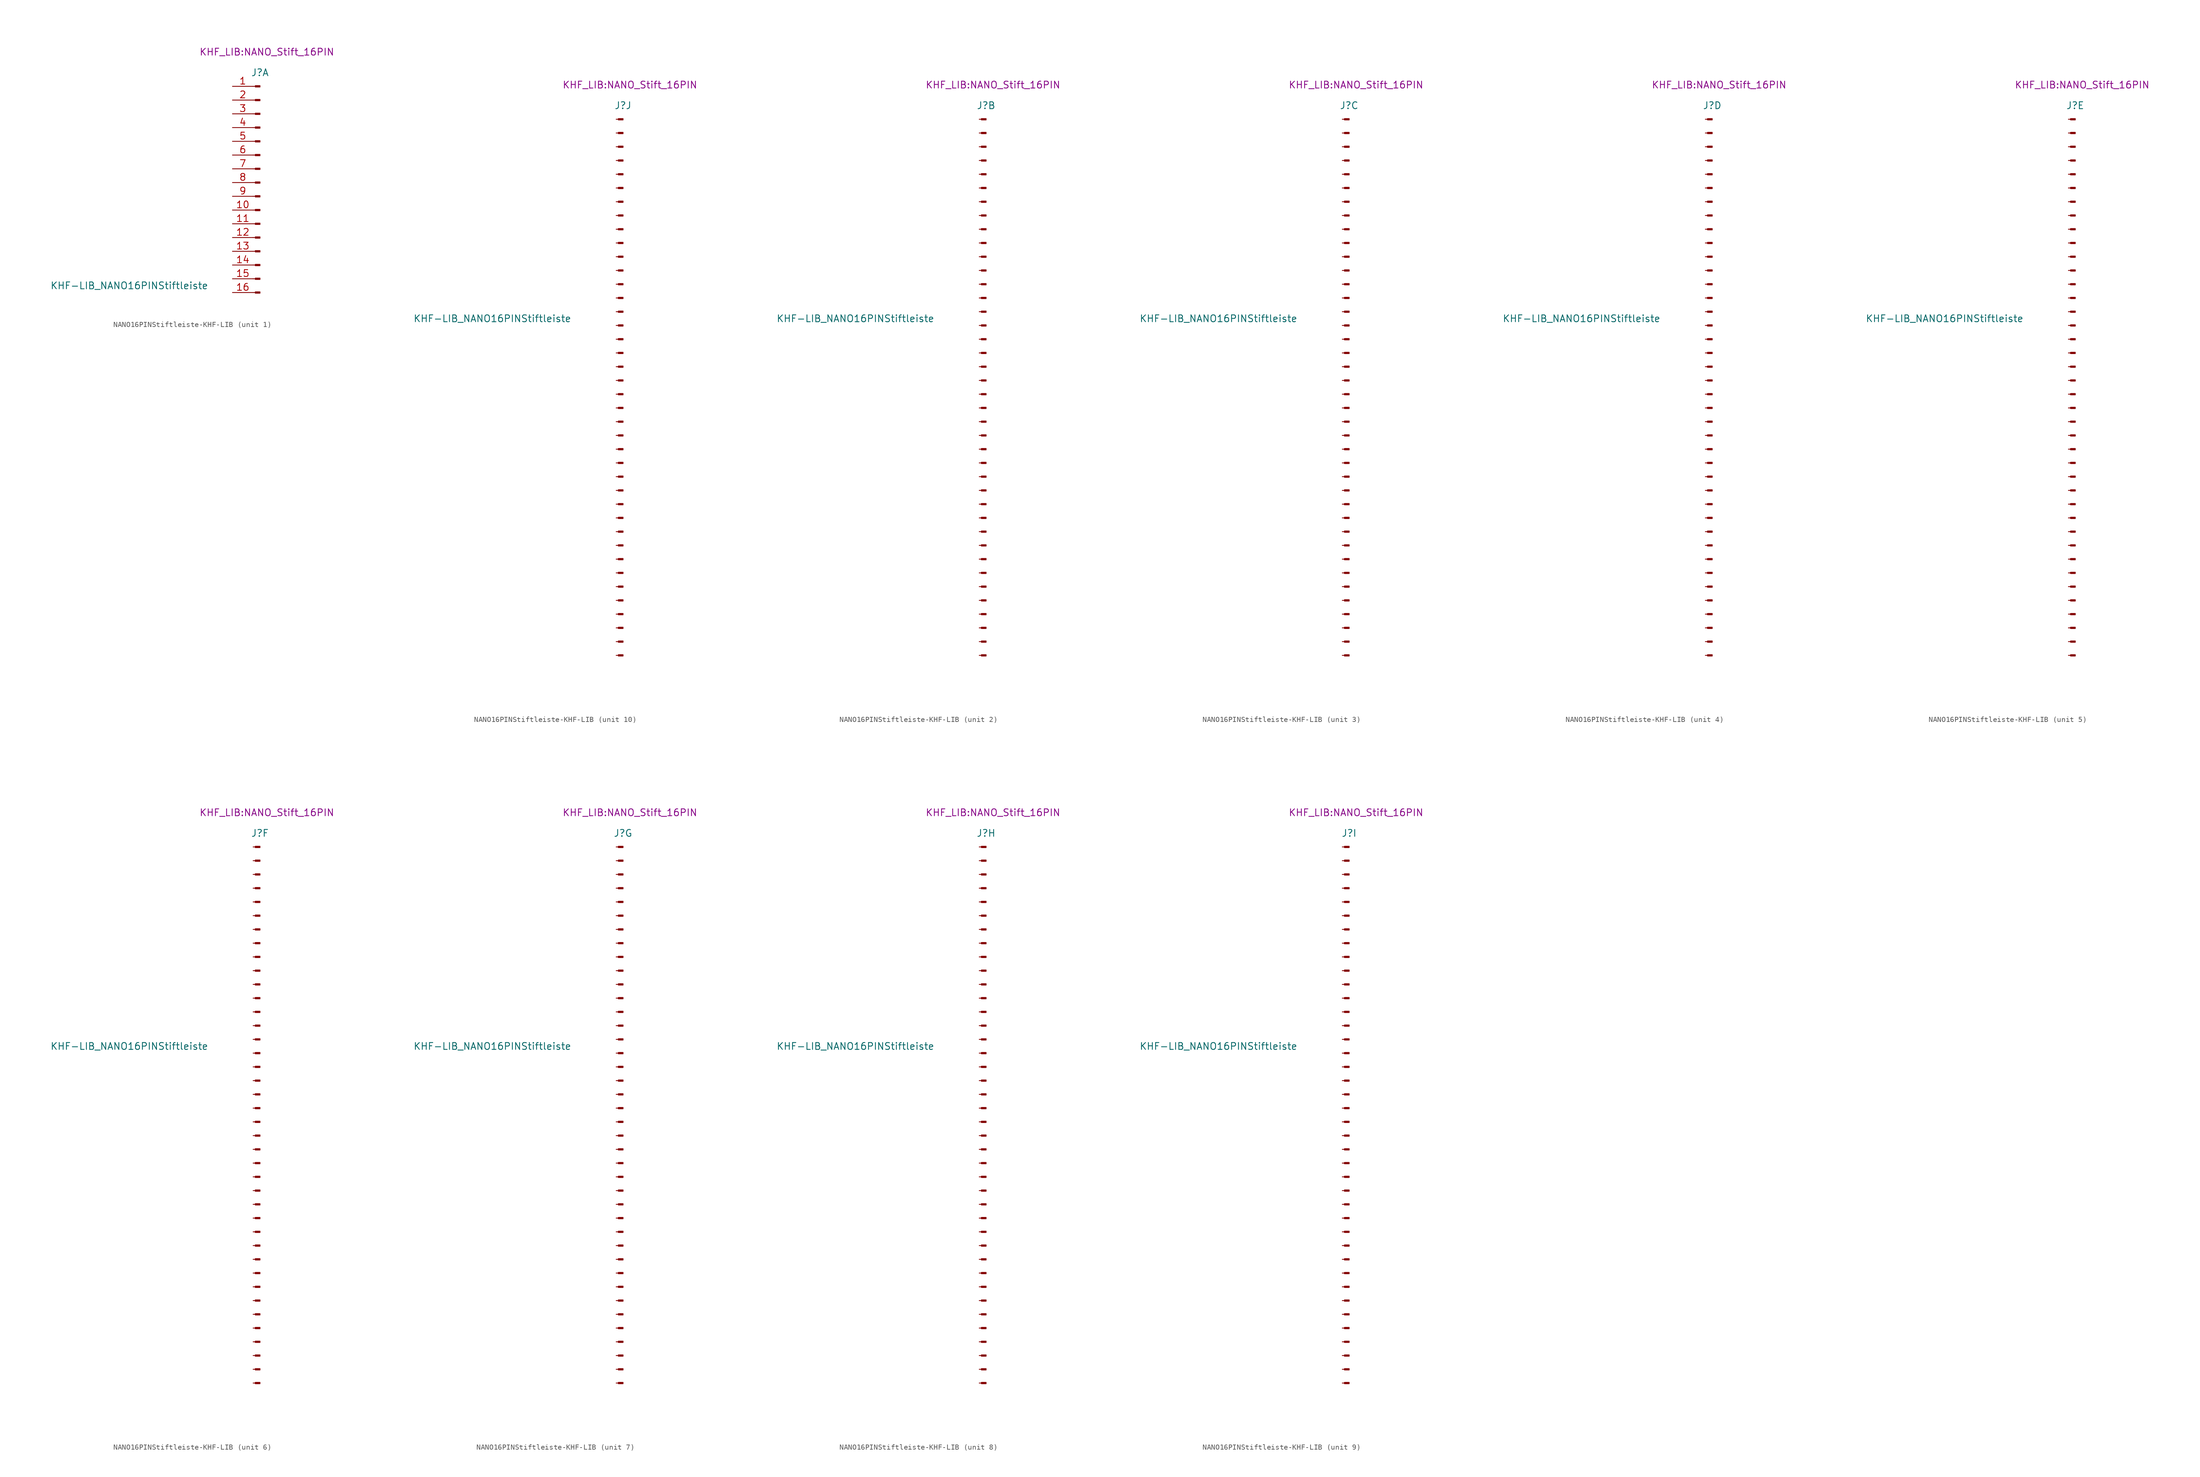
<source format=kicad_sym>
(kicad_symbol_lib
  (version 20220914)
  (generator kicad_symbol_editor)
  (symbol "NANO16PINStiftleiste-KHF-LIB"
    (pin_names
      (offset 1.016) hide)
    (property "Reference" "J"
      (at 0 50.8 0)
      (effects (font (size 1.27 1.27))))
    (property "Value" "KHF-LIB_NANO16PINStiftleiste"
      (at -24.13 11.43 0)
      (effects (font (size 1.27 1.27))))
    (property "Footprint" "KHF_LIB:NANO_Stift_16PIN"
      (at 1.27 54.61 0)
      (effects (font (size 1.27 1.27))))
    (symbol "NANO16PINStiftleiste-KHF-LIB_1_1"
      (rectangle (start -0.864 10.287) (end 0 10.033) (stroke (width 0.152) (type solid)) (fill (type outline)))
      (rectangle (start -0.864 12.827) (end 0 12.573) (stroke (width 0.152) (type solid)) (fill (type outline)))
      (rectangle (start -0.864 15.367) (end 0 15.113) (stroke (width 0.152) (type solid)) (fill (type outline)))
      (rectangle (start -0.864 17.907) (end 0 17.653) (stroke (width 0.152) (type solid)) (fill (type outline)))
      (rectangle (start -0.864 20.447) (end 0 20.193) (stroke (width 0.152) (type solid)) (fill (type outline)))
      (rectangle (start -0.864 22.987) (end 0 22.733) (stroke (width 0.152) (type solid)) (fill (type outline)))
      (rectangle (start -0.864 25.527) (end 0 25.273) (stroke (width 0.152) (type solid)) (fill (type outline)))
      (rectangle (start -0.864 28.067) (end 0 27.813) (stroke (width 0.152) (type solid)) (fill (type outline)))
      (rectangle (start -0.864 30.607) (end 0 30.353) (stroke (width 0.152) (type solid)) (fill (type outline)))
      (rectangle (start -0.864 33.147) (end 0 32.893) (stroke (width 0.152) (type solid)) (fill (type outline)))
      (rectangle (start -0.864 35.687) (end 0 35.433) (stroke (width 0.152) (type solid)) (fill (type outline)))
      (rectangle (start -0.864 38.227) (end 0 37.973) (stroke (width 0.152) (type solid)) (fill (type outline)))
      (rectangle (start -0.864 40.767) (end 0 40.513) (stroke (width 0.152) (type solid)) (fill (type outline)))
      (rectangle (start -0.864 43.307) (end 0 43.053) (stroke (width 0.152) (type solid)) (fill (type outline)))
      (rectangle (start -0.864 45.847) (end 0 45.593) (stroke (width 0.152) (type solid)) (fill (type outline)))
      (rectangle (start -0.864 48.387) (end 0 48.133) (stroke (width 0.152) (type solid)) (fill (type outline)))
      (polyline (pts (xy -1.27 10.16) (xy -0.864 10.16)) (stroke (width 0.152) (type solid)) (fill (type none)))
      (polyline (pts (xy -1.27 12.7) (xy -0.864 12.7)) (stroke (width 0.152) (type solid)) (fill (type none)))
      (polyline (pts (xy -1.27 15.24) (xy -0.864 15.24)) (stroke (width 0.152) (type solid)) (fill (type none)))
      (polyline (pts (xy -1.27 17.78) (xy -0.864 17.78)) (stroke (width 0.152) (type solid)) (fill (type none)))
      (polyline (pts (xy -1.27 20.32) (xy -0.864 20.32)) (stroke (width 0.152) (type solid)) (fill (type none)))
      (polyline (pts (xy -1.27 22.86) (xy -0.864 22.86)) (stroke (width 0.152) (type solid)) (fill (type none)))
      (polyline (pts (xy -1.27 25.4) (xy -0.864 25.4)) (stroke (width 0.152) (type solid)) (fill (type none)))
      (polyline (pts (xy -1.27 27.94) (xy -0.864 27.94)) (stroke (width 0.152) (type solid)) (fill (type none)))
      (polyline (pts (xy -1.27 30.48) (xy -0.864 30.48)) (stroke (width 0.152) (type solid)) (fill (type none)))
      (polyline (pts (xy -1.27 33.02) (xy -0.864 33.02)) (stroke (width 0.152) (type solid)) (fill (type none)))
      (polyline (pts (xy -1.27 35.56) (xy -0.864 35.56)) (stroke (width 0.152) (type solid)) (fill (type none)))
      (polyline (pts (xy -1.27 38.1) (xy -0.864 38.1)) (stroke (width 0.152) (type solid)) (fill (type none)))
      (polyline (pts (xy -1.27 40.64) (xy -0.864 40.64)) (stroke (width 0.152) (type solid)) (fill (type none)))
      (polyline (pts (xy -1.27 43.18) (xy -0.864 43.18)) (stroke (width 0.152) (type solid)) (fill (type none)))
      (polyline (pts (xy -1.27 45.72) (xy -0.864 45.72)) (stroke (width 0.152) (type solid)) (fill (type none)))
      (polyline (pts (xy -1.27 48.26) (xy -0.864 48.26)) (stroke (width 0.152) (type solid)) (fill (type none)))
      (pin passive line (at -5.08 48.26 0) (length 3.81) (name "Pin_1" (effects (font (size 1.27 1.27)))) (number "1" (effects (font (size 1.27 1.27)))))
      (pin passive line (at -5.08 25.4 0) (length 3.81) (name "Pin_10" (effects (font (size 1.27 1.27)))) (number "10" (effects (font (size 1.27 1.27)))))
      (pin passive line (at -5.08 22.86 0) (length 3.81) (name "Pin_11" (effects (font (size 1.27 1.27)))) (number "11" (effects (font (size 1.27 1.27)))))
      (pin passive line (at -5.08 20.32 0) (length 3.81) (name "Pin_12" (effects (font (size 1.27 1.27)))) (number "12" (effects (font (size 1.27 1.27)))))
      (pin passive line (at -5.08 17.78 0) (length 3.81) (name "Pin_13" (effects (font (size 1.27 1.27)))) (number "13" (effects (font (size 1.27 1.27)))))
      (pin passive line (at -5.08 15.24 0) (length 3.81) (name "Pin_14" (effects (font (size 1.27 1.27)))) (number "14" (effects (font (size 1.27 1.27)))))
      (pin passive line (at -5.08 12.7 0) (length 3.81) (name "Pin_15" (effects (font (size 1.27 1.27)))) (number "15" (effects (font (size 1.27 1.27)))))
      (pin passive line (at -5.08 10.16 0) (length 3.81) (name "Pin_16" (effects (font (size 1.27 1.27)))) (number "16" (effects (font (size 1.27 1.27)))))
      (pin passive line (at -5.08 45.72 0) (length 3.81) (name "Pin_2" (effects (font (size 1.27 1.27)))) (number "2" (effects (font (size 1.27 1.27)))))
      (pin passive line (at -5.08 43.18 0) (length 3.81) (name "Pin_3" (effects (font (size 1.27 1.27)))) (number "3" (effects (font (size 1.27 1.27)))))
      (pin passive line (at -5.08 40.64 0) (length 3.81) (name "Pin_4" (effects (font (size 1.27 1.27)))) (number "4" (effects (font (size 1.27 1.27)))))
      (pin passive line (at -5.08 38.1 0) (length 3.81) (name "Pin_5" (effects (font (size 1.27 1.27)))) (number "5" (effects (font (size 1.27 1.27)))))
      (pin passive line (at -5.08 35.56 0) (length 3.81) (name "Pin_6" (effects (font (size 1.27 1.27)))) (number "6" (effects (font (size 1.27 1.27)))))
      (pin passive line (at -5.08 33.02 0) (length 3.81) (name "Pin_7" (effects (font (size 1.27 1.27)))) (number "7" (effects (font (size 1.27 1.27)))))
      (pin passive line (at -5.08 30.48 0) (length 3.81) (name "Pin_8" (effects (font (size 1.27 1.27)))) (number "8" (effects (font (size 1.27 1.27)))))
      (pin passive line (at -5.08 27.94 0) (length 3.81) (name "Pin_9" (effects (font (size 1.27 1.27)))) (number "9" (effects (font (size 1.27 1.27))))))
    (symbol "NANO16PINStiftleiste-KHF-LIB_2_1"
      (rectangle (start -0.864 -50.673) (end 0 -50.927) (stroke (width 0.152) (type solid)) (fill (type outline)))
      (rectangle (start -0.864 -48.133) (end 0 -48.387) (stroke (width 0.152) (type solid)) (fill (type outline)))
      (rectangle (start -0.864 -45.593) (end 0 -45.847) (stroke (width 0.152) (type solid)) (fill (type outline)))
      (rectangle (start -0.864 -43.053) (end 0 -43.307) (stroke (width 0.152) (type solid)) (fill (type outline)))
      (rectangle (start -0.864 -40.513) (end 0 -40.767) (stroke (width 0.152) (type solid)) (fill (type outline)))
      (rectangle (start -0.864 -37.973) (end 0 -38.227) (stroke (width 0.152) (type solid)) (fill (type outline)))
      (rectangle (start -0.864 -35.433) (end 0 -35.687) (stroke (width 0.152) (type solid)) (fill (type outline)))
      (rectangle (start -0.864 -32.893) (end 0 -33.147) (stroke (width 0.152) (type solid)) (fill (type outline)))
      (rectangle (start -0.864 -30.353) (end 0 -30.607) (stroke (width 0.152) (type solid)) (fill (type outline)))
      (rectangle (start -0.864 -27.813) (end 0 -28.067) (stroke (width 0.152) (type solid)) (fill (type outline)))
      (rectangle (start -0.864 -25.273) (end 0 -25.527) (stroke (width 0.152) (type solid)) (fill (type outline)))
      (rectangle (start -0.864 -22.733) (end 0 -22.987) (stroke (width 0.152) (type solid)) (fill (type outline)))
      (rectangle (start -0.864 -20.193) (end 0 -20.447) (stroke (width 0.152) (type solid)) (fill (type outline)))
      (rectangle (start -0.864 -17.653) (end 0 -17.907) (stroke (width 0.152) (type solid)) (fill (type outline)))
      (rectangle (start -0.864 -15.113) (end 0 -15.367) (stroke (width 0.152) (type solid)) (fill (type outline)))
      (rectangle (start -0.864 -12.573) (end 0 -12.827) (stroke (width 0.152) (type solid)) (fill (type outline)))
      (rectangle (start -0.864 -10.033) (end 0 -10.287) (stroke (width 0.152) (type solid)) (fill (type outline)))
      (rectangle (start -0.864 -7.493) (end 0 -7.747) (stroke (width 0.152) (type solid)) (fill (type outline)))
      (rectangle (start -0.864 -4.953) (end 0 -5.207) (stroke (width 0.152) (type solid)) (fill (type outline)))
      (rectangle (start -0.864 -2.413) (end 0 -2.667) (stroke (width 0.152) (type solid)) (fill (type outline)))
      (rectangle (start -0.864 0.127) (end 0 -0.127) (stroke (width 0.152) (type solid)) (fill (type outline)))
      (rectangle (start -0.864 2.667) (end 0 2.413) (stroke (width 0.152) (type solid)) (fill (type outline)))
      (rectangle (start -0.864 5.207) (end 0 4.953) (stroke (width 0.152) (type solid)) (fill (type outline)))
      (rectangle (start -0.864 7.747) (end 0 7.493) (stroke (width 0.152) (type solid)) (fill (type outline)))
      (rectangle (start -0.864 10.287) (end 0 10.033) (stroke (width 0.152) (type solid)) (fill (type outline)))
      (rectangle (start -0.864 12.827) (end 0 12.573) (stroke (width 0.152) (type solid)) (fill (type outline)))
      (rectangle (start -0.864 15.367) (end 0 15.113) (stroke (width 0.152) (type solid)) (fill (type outline)))
      (rectangle (start -0.864 17.907) (end 0 17.653) (stroke (width 0.152) (type solid)) (fill (type outline)))
      (rectangle (start -0.864 20.447) (end 0 20.193) (stroke (width 0.152) (type solid)) (fill (type outline)))
      (rectangle (start -0.864 22.987) (end 0 22.733) (stroke (width 0.152) (type solid)) (fill (type outline)))
      (rectangle (start -0.864 25.527) (end 0 25.273) (stroke (width 0.152) (type solid)) (fill (type outline)))
      (rectangle (start -0.864 28.067) (end 0 27.813) (stroke (width 0.152) (type solid)) (fill (type outline)))
      (rectangle (start -0.864 30.607) (end 0 30.353) (stroke (width 0.152) (type solid)) (fill (type outline)))
      (rectangle (start -0.864 33.147) (end 0 32.893) (stroke (width 0.152) (type solid)) (fill (type outline)))
      (rectangle (start -0.864 35.687) (end 0 35.433) (stroke (width 0.152) (type solid)) (fill (type outline)))
      (rectangle (start -0.864 38.227) (end 0 37.973) (stroke (width 0.152) (type solid)) (fill (type outline)))
      (rectangle (start -0.864 40.767) (end 0 40.513) (stroke (width 0.152) (type solid)) (fill (type outline)))
      (rectangle (start -0.864 43.307) (end 0 43.053) (stroke (width 0.152) (type solid)) (fill (type outline)))
      (rectangle (start -0.864 45.847) (end 0 45.593) (stroke (width 0.152) (type solid)) (fill (type outline)))
      (rectangle (start -0.864 48.387) (end 0 48.133) (stroke (width 0.152) (type solid)) (fill (type outline)))
      (polyline (pts (xy -1.27 -50.8) (xy -0.864 -50.8)) (stroke (width 0.152) (type solid)) (fill (type none)))
      (polyline (pts (xy -1.27 -48.26) (xy -0.864 -48.26)) (stroke (width 0.152) (type solid)) (fill (type none)))
      (polyline (pts (xy -1.27 -45.72) (xy -0.864 -45.72)) (stroke (width 0.152) (type solid)) (fill (type none)))
      (polyline (pts (xy -1.27 -43.18) (xy -0.864 -43.18)) (stroke (width 0.152) (type solid)) (fill (type none)))
      (polyline (pts (xy -1.27 -40.64) (xy -0.864 -40.64)) (stroke (width 0.152) (type solid)) (fill (type none)))
      (polyline (pts (xy -1.27 -38.1) (xy -0.864 -38.1)) (stroke (width 0.152) (type solid)) (fill (type none)))
      (polyline (pts (xy -1.27 -35.56) (xy -0.864 -35.56)) (stroke (width 0.152) (type solid)) (fill (type none)))
      (polyline (pts (xy -1.27 -33.02) (xy -0.864 -33.02)) (stroke (width 0.152) (type solid)) (fill (type none)))
      (polyline (pts (xy -1.27 -30.48) (xy -0.864 -30.48)) (stroke (width 0.152) (type solid)) (fill (type none)))
      (polyline (pts (xy -1.27 -27.94) (xy -0.864 -27.94)) (stroke (width 0.152) (type solid)) (fill (type none)))
      (polyline (pts (xy -1.27 -25.4) (xy -0.864 -25.4)) (stroke (width 0.152) (type solid)) (fill (type none)))
      (polyline (pts (xy -1.27 -22.86) (xy -0.864 -22.86)) (stroke (width 0.152) (type solid)) (fill (type none)))
      (polyline (pts (xy -1.27 -20.32) (xy -0.864 -20.32)) (stroke (width 0.152) (type solid)) (fill (type none)))
      (polyline (pts (xy -1.27 -17.78) (xy -0.864 -17.78)) (stroke (width 0.152) (type solid)) (fill (type none)))
      (polyline (pts (xy -1.27 -15.24) (xy -0.864 -15.24)) (stroke (width 0.152) (type solid)) (fill (type none)))
      (polyline (pts (xy -1.27 -12.7) (xy -0.864 -12.7)) (stroke (width 0.152) (type solid)) (fill (type none)))
      (polyline (pts (xy -1.27 -10.16) (xy -0.864 -10.16)) (stroke (width 0.152) (type solid)) (fill (type none)))
      (polyline (pts (xy -1.27 -7.62) (xy -0.864 -7.62)) (stroke (width 0.152) (type solid)) (fill (type none)))
      (polyline (pts (xy -1.27 -5.08) (xy -0.864 -5.08)) (stroke (width 0.152) (type solid)) (fill (type none)))
      (polyline (pts (xy -1.27 -2.54) (xy -0.864 -2.54)) (stroke (width 0.152) (type solid)) (fill (type none)))
      (polyline (pts (xy -1.27 0) (xy -0.864 0)) (stroke (width 0.152) (type solid)) (fill (type none)))
      (polyline (pts (xy -1.27 2.54) (xy -0.864 2.54)) (stroke (width 0.152) (type solid)) (fill (type none)))
      (polyline (pts (xy -1.27 5.08) (xy -0.864 5.08)) (stroke (width 0.152) (type solid)) (fill (type none)))
      (polyline (pts (xy -1.27 7.62) (xy -0.864 7.62)) (stroke (width 0.152) (type solid)) (fill (type none)))
      (polyline (pts (xy -1.27 10.16) (xy -0.864 10.16)) (stroke (width 0.152) (type solid)) (fill (type none)))
      (polyline (pts (xy -1.27 12.7) (xy -0.864 12.7)) (stroke (width 0.152) (type solid)) (fill (type none)))
      (polyline (pts (xy -1.27 15.24) (xy -0.864 15.24)) (stroke (width 0.152) (type solid)) (fill (type none)))
      (polyline (pts (xy -1.27 17.78) (xy -0.864 17.78)) (stroke (width 0.152) (type solid)) (fill (type none)))
      (polyline (pts (xy -1.27 20.32) (xy -0.864 20.32)) (stroke (width 0.152) (type solid)) (fill (type none)))
      (polyline (pts (xy -1.27 22.86) (xy -0.864 22.86)) (stroke (width 0.152) (type solid)) (fill (type none)))
      (polyline (pts (xy -1.27 25.4) (xy -0.864 25.4)) (stroke (width 0.152) (type solid)) (fill (type none)))
      (polyline (pts (xy -1.27 27.94) (xy -0.864 27.94)) (stroke (width 0.152) (type solid)) (fill (type none)))
      (polyline (pts (xy -1.27 30.48) (xy -0.864 30.48)) (stroke (width 0.152) (type solid)) (fill (type none)))
      (polyline (pts (xy -1.27 33.02) (xy -0.864 33.02)) (stroke (width 0.152) (type solid)) (fill (type none)))
      (polyline (pts (xy -1.27 35.56) (xy -0.864 35.56)) (stroke (width 0.152) (type solid)) (fill (type none)))
      (polyline (pts (xy -1.27 38.1) (xy -0.864 38.1)) (stroke (width 0.152) (type solid)) (fill (type none)))
      (polyline (pts (xy -1.27 40.64) (xy -0.864 40.64)) (stroke (width 0.152) (type solid)) (fill (type none)))
      (polyline (pts (xy -1.27 43.18) (xy -0.864 43.18)) (stroke (width 0.152) (type solid)) (fill (type none)))
      (polyline (pts (xy -1.27 45.72) (xy -0.864 45.72)) (stroke (width 0.152) (type solid)) (fill (type none)))
      (polyline (pts (xy -1.27 48.26) (xy -0.864 48.26)) (stroke (width 0.152) (type solid)) (fill (type none))))
    (symbol "NANO16PINStiftleiste-KHF-LIB_3_1"
      (rectangle (start -0.864 -50.673) (end 0 -50.927) (stroke (width 0.152) (type solid)) (fill (type outline)))
      (rectangle (start -0.864 -48.133) (end 0 -48.387) (stroke (width 0.152) (type solid)) (fill (type outline)))
      (rectangle (start -0.864 -45.593) (end 0 -45.847) (stroke (width 0.152) (type solid)) (fill (type outline)))
      (rectangle (start -0.864 -43.053) (end 0 -43.307) (stroke (width 0.152) (type solid)) (fill (type outline)))
      (rectangle (start -0.864 -40.513) (end 0 -40.767) (stroke (width 0.152) (type solid)) (fill (type outline)))
      (rectangle (start -0.864 -37.973) (end 0 -38.227) (stroke (width 0.152) (type solid)) (fill (type outline)))
      (rectangle (start -0.864 -35.433) (end 0 -35.687) (stroke (width 0.152) (type solid)) (fill (type outline)))
      (rectangle (start -0.864 -32.893) (end 0 -33.147) (stroke (width 0.152) (type solid)) (fill (type outline)))
      (rectangle (start -0.864 -30.353) (end 0 -30.607) (stroke (width 0.152) (type solid)) (fill (type outline)))
      (rectangle (start -0.864 -27.813) (end 0 -28.067) (stroke (width 0.152) (type solid)) (fill (type outline)))
      (rectangle (start -0.864 -25.273) (end 0 -25.527) (stroke (width 0.152) (type solid)) (fill (type outline)))
      (rectangle (start -0.864 -22.733) (end 0 -22.987) (stroke (width 0.152) (type solid)) (fill (type outline)))
      (rectangle (start -0.864 -20.193) (end 0 -20.447) (stroke (width 0.152) (type solid)) (fill (type outline)))
      (rectangle (start -0.864 -17.653) (end 0 -17.907) (stroke (width 0.152) (type solid)) (fill (type outline)))
      (rectangle (start -0.864 -15.113) (end 0 -15.367) (stroke (width 0.152) (type solid)) (fill (type outline)))
      (rectangle (start -0.864 -12.573) (end 0 -12.827) (stroke (width 0.152) (type solid)) (fill (type outline)))
      (rectangle (start -0.864 -10.033) (end 0 -10.287) (stroke (width 0.152) (type solid)) (fill (type outline)))
      (rectangle (start -0.864 -7.493) (end 0 -7.747) (stroke (width 0.152) (type solid)) (fill (type outline)))
      (rectangle (start -0.864 -4.953) (end 0 -5.207) (stroke (width 0.152) (type solid)) (fill (type outline)))
      (rectangle (start -0.864 -2.413) (end 0 -2.667) (stroke (width 0.152) (type solid)) (fill (type outline)))
      (rectangle (start -0.864 0.127) (end 0 -0.127) (stroke (width 0.152) (type solid)) (fill (type outline)))
      (rectangle (start -0.864 2.667) (end 0 2.413) (stroke (width 0.152) (type solid)) (fill (type outline)))
      (rectangle (start -0.864 5.207) (end 0 4.953) (stroke (width 0.152) (type solid)) (fill (type outline)))
      (rectangle (start -0.864 7.747) (end 0 7.493) (stroke (width 0.152) (type solid)) (fill (type outline)))
      (rectangle (start -0.864 10.287) (end 0 10.033) (stroke (width 0.152) (type solid)) (fill (type outline)))
      (rectangle (start -0.864 12.827) (end 0 12.573) (stroke (width 0.152) (type solid)) (fill (type outline)))
      (rectangle (start -0.864 15.367) (end 0 15.113) (stroke (width 0.152) (type solid)) (fill (type outline)))
      (rectangle (start -0.864 17.907) (end 0 17.653) (stroke (width 0.152) (type solid)) (fill (type outline)))
      (rectangle (start -0.864 20.447) (end 0 20.193) (stroke (width 0.152) (type solid)) (fill (type outline)))
      (rectangle (start -0.864 22.987) (end 0 22.733) (stroke (width 0.152) (type solid)) (fill (type outline)))
      (rectangle (start -0.864 25.527) (end 0 25.273) (stroke (width 0.152) (type solid)) (fill (type outline)))
      (rectangle (start -0.864 28.067) (end 0 27.813) (stroke (width 0.152) (type solid)) (fill (type outline)))
      (rectangle (start -0.864 30.607) (end 0 30.353) (stroke (width 0.152) (type solid)) (fill (type outline)))
      (rectangle (start -0.864 33.147) (end 0 32.893) (stroke (width 0.152) (type solid)) (fill (type outline)))
      (rectangle (start -0.864 35.687) (end 0 35.433) (stroke (width 0.152) (type solid)) (fill (type outline)))
      (rectangle (start -0.864 38.227) (end 0 37.973) (stroke (width 0.152) (type solid)) (fill (type outline)))
      (rectangle (start -0.864 40.767) (end 0 40.513) (stroke (width 0.152) (type solid)) (fill (type outline)))
      (rectangle (start -0.864 43.307) (end 0 43.053) (stroke (width 0.152) (type solid)) (fill (type outline)))
      (rectangle (start -0.864 45.847) (end 0 45.593) (stroke (width 0.152) (type solid)) (fill (type outline)))
      (rectangle (start -0.864 48.387) (end 0 48.133) (stroke (width 0.152) (type solid)) (fill (type outline)))
      (polyline (pts (xy -1.27 -50.8) (xy -0.864 -50.8)) (stroke (width 0.152) (type solid)) (fill (type none)))
      (polyline (pts (xy -1.27 -48.26) (xy -0.864 -48.26)) (stroke (width 0.152) (type solid)) (fill (type none)))
      (polyline (pts (xy -1.27 -45.72) (xy -0.864 -45.72)) (stroke (width 0.152) (type solid)) (fill (type none)))
      (polyline (pts (xy -1.27 -43.18) (xy -0.864 -43.18)) (stroke (width 0.152) (type solid)) (fill (type none)))
      (polyline (pts (xy -1.27 -40.64) (xy -0.864 -40.64)) (stroke (width 0.152) (type solid)) (fill (type none)))
      (polyline (pts (xy -1.27 -38.1) (xy -0.864 -38.1)) (stroke (width 0.152) (type solid)) (fill (type none)))
      (polyline (pts (xy -1.27 -35.56) (xy -0.864 -35.56)) (stroke (width 0.152) (type solid)) (fill (type none)))
      (polyline (pts (xy -1.27 -33.02) (xy -0.864 -33.02)) (stroke (width 0.152) (type solid)) (fill (type none)))
      (polyline (pts (xy -1.27 -30.48) (xy -0.864 -30.48)) (stroke (width 0.152) (type solid)) (fill (type none)))
      (polyline (pts (xy -1.27 -27.94) (xy -0.864 -27.94)) (stroke (width 0.152) (type solid)) (fill (type none)))
      (polyline (pts (xy -1.27 -25.4) (xy -0.864 -25.4)) (stroke (width 0.152) (type solid)) (fill (type none)))
      (polyline (pts (xy -1.27 -22.86) (xy -0.864 -22.86)) (stroke (width 0.152) (type solid)) (fill (type none)))
      (polyline (pts (xy -1.27 -20.32) (xy -0.864 -20.32)) (stroke (width 0.152) (type solid)) (fill (type none)))
      (polyline (pts (xy -1.27 -17.78) (xy -0.864 -17.78)) (stroke (width 0.152) (type solid)) (fill (type none)))
      (polyline (pts (xy -1.27 -15.24) (xy -0.864 -15.24)) (stroke (width 0.152) (type solid)) (fill (type none)))
      (polyline (pts (xy -1.27 -12.7) (xy -0.864 -12.7)) (stroke (width 0.152) (type solid)) (fill (type none)))
      (polyline (pts (xy -1.27 -10.16) (xy -0.864 -10.16)) (stroke (width 0.152) (type solid)) (fill (type none)))
      (polyline (pts (xy -1.27 -7.62) (xy -0.864 -7.62)) (stroke (width 0.152) (type solid)) (fill (type none)))
      (polyline (pts (xy -1.27 -5.08) (xy -0.864 -5.08)) (stroke (width 0.152) (type solid)) (fill (type none)))
      (polyline (pts (xy -1.27 -2.54) (xy -0.864 -2.54)) (stroke (width 0.152) (type solid)) (fill (type none)))
      (polyline (pts (xy -1.27 0) (xy -0.864 0)) (stroke (width 0.152) (type solid)) (fill (type none)))
      (polyline (pts (xy -1.27 2.54) (xy -0.864 2.54)) (stroke (width 0.152) (type solid)) (fill (type none)))
      (polyline (pts (xy -1.27 5.08) (xy -0.864 5.08)) (stroke (width 0.152) (type solid)) (fill (type none)))
      (polyline (pts (xy -1.27 7.62) (xy -0.864 7.62)) (stroke (width 0.152) (type solid)) (fill (type none)))
      (polyline (pts (xy -1.27 10.16) (xy -0.864 10.16)) (stroke (width 0.152) (type solid)) (fill (type none)))
      (polyline (pts (xy -1.27 12.7) (xy -0.864 12.7)) (stroke (width 0.152) (type solid)) (fill (type none)))
      (polyline (pts (xy -1.27 15.24) (xy -0.864 15.24)) (stroke (width 0.152) (type solid)) (fill (type none)))
      (polyline (pts (xy -1.27 17.78) (xy -0.864 17.78)) (stroke (width 0.152) (type solid)) (fill (type none)))
      (polyline (pts (xy -1.27 20.32) (xy -0.864 20.32)) (stroke (width 0.152) (type solid)) (fill (type none)))
      (polyline (pts (xy -1.27 22.86) (xy -0.864 22.86)) (stroke (width 0.152) (type solid)) (fill (type none)))
      (polyline (pts (xy -1.27 25.4) (xy -0.864 25.4)) (stroke (width 0.152) (type solid)) (fill (type none)))
      (polyline (pts (xy -1.27 27.94) (xy -0.864 27.94)) (stroke (width 0.152) (type solid)) (fill (type none)))
      (polyline (pts (xy -1.27 30.48) (xy -0.864 30.48)) (stroke (width 0.152) (type solid)) (fill (type none)))
      (polyline (pts (xy -1.27 33.02) (xy -0.864 33.02)) (stroke (width 0.152) (type solid)) (fill (type none)))
      (polyline (pts (xy -1.27 35.56) (xy -0.864 35.56)) (stroke (width 0.152) (type solid)) (fill (type none)))
      (polyline (pts (xy -1.27 38.1) (xy -0.864 38.1)) (stroke (width 0.152) (type solid)) (fill (type none)))
      (polyline (pts (xy -1.27 40.64) (xy -0.864 40.64)) (stroke (width 0.152) (type solid)) (fill (type none)))
      (polyline (pts (xy -1.27 43.18) (xy -0.864 43.18)) (stroke (width 0.152) (type solid)) (fill (type none)))
      (polyline (pts (xy -1.27 45.72) (xy -0.864 45.72)) (stroke (width 0.152) (type solid)) (fill (type none)))
      (polyline (pts (xy -1.27 48.26) (xy -0.864 48.26)) (stroke (width 0.152) (type solid)) (fill (type none))))
    (symbol "NANO16PINStiftleiste-KHF-LIB_4_1"
      (rectangle (start -0.864 -50.673) (end 0 -50.927) (stroke (width 0.152) (type solid)) (fill (type outline)))
      (rectangle (start -0.864 -48.133) (end 0 -48.387) (stroke (width 0.152) (type solid)) (fill (type outline)))
      (rectangle (start -0.864 -45.593) (end 0 -45.847) (stroke (width 0.152) (type solid)) (fill (type outline)))
      (rectangle (start -0.864 -43.053) (end 0 -43.307) (stroke (width 0.152) (type solid)) (fill (type outline)))
      (rectangle (start -0.864 -40.513) (end 0 -40.767) (stroke (width 0.152) (type solid)) (fill (type outline)))
      (rectangle (start -0.864 -37.973) (end 0 -38.227) (stroke (width 0.152) (type solid)) (fill (type outline)))
      (rectangle (start -0.864 -35.433) (end 0 -35.687) (stroke (width 0.152) (type solid)) (fill (type outline)))
      (rectangle (start -0.864 -32.893) (end 0 -33.147) (stroke (width 0.152) (type solid)) (fill (type outline)))
      (rectangle (start -0.864 -30.353) (end 0 -30.607) (stroke (width 0.152) (type solid)) (fill (type outline)))
      (rectangle (start -0.864 -27.813) (end 0 -28.067) (stroke (width 0.152) (type solid)) (fill (type outline)))
      (rectangle (start -0.864 -25.273) (end 0 -25.527) (stroke (width 0.152) (type solid)) (fill (type outline)))
      (rectangle (start -0.864 -22.733) (end 0 -22.987) (stroke (width 0.152) (type solid)) (fill (type outline)))
      (rectangle (start -0.864 -20.193) (end 0 -20.447) (stroke (width 0.152) (type solid)) (fill (type outline)))
      (rectangle (start -0.864 -17.653) (end 0 -17.907) (stroke (width 0.152) (type solid)) (fill (type outline)))
      (rectangle (start -0.864 -15.113) (end 0 -15.367) (stroke (width 0.152) (type solid)) (fill (type outline)))
      (rectangle (start -0.864 -12.573) (end 0 -12.827) (stroke (width 0.152) (type solid)) (fill (type outline)))
      (rectangle (start -0.864 -10.033) (end 0 -10.287) (stroke (width 0.152) (type solid)) (fill (type outline)))
      (rectangle (start -0.864 -7.493) (end 0 -7.747) (stroke (width 0.152) (type solid)) (fill (type outline)))
      (rectangle (start -0.864 -4.953) (end 0 -5.207) (stroke (width 0.152) (type solid)) (fill (type outline)))
      (rectangle (start -0.864 -2.413) (end 0 -2.667) (stroke (width 0.152) (type solid)) (fill (type outline)))
      (rectangle (start -0.864 0.127) (end 0 -0.127) (stroke (width 0.152) (type solid)) (fill (type outline)))
      (rectangle (start -0.864 2.667) (end 0 2.413) (stroke (width 0.152) (type solid)) (fill (type outline)))
      (rectangle (start -0.864 5.207) (end 0 4.953) (stroke (width 0.152) (type solid)) (fill (type outline)))
      (rectangle (start -0.864 7.747) (end 0 7.493) (stroke (width 0.152) (type solid)) (fill (type outline)))
      (rectangle (start -0.864 10.287) (end 0 10.033) (stroke (width 0.152) (type solid)) (fill (type outline)))
      (rectangle (start -0.864 12.827) (end 0 12.573) (stroke (width 0.152) (type solid)) (fill (type outline)))
      (rectangle (start -0.864 15.367) (end 0 15.113) (stroke (width 0.152) (type solid)) (fill (type outline)))
      (rectangle (start -0.864 17.907) (end 0 17.653) (stroke (width 0.152) (type solid)) (fill (type outline)))
      (rectangle (start -0.864 20.447) (end 0 20.193) (stroke (width 0.152) (type solid)) (fill (type outline)))
      (rectangle (start -0.864 22.987) (end 0 22.733) (stroke (width 0.152) (type solid)) (fill (type outline)))
      (rectangle (start -0.864 25.527) (end 0 25.273) (stroke (width 0.152) (type solid)) (fill (type outline)))
      (rectangle (start -0.864 28.067) (end 0 27.813) (stroke (width 0.152) (type solid)) (fill (type outline)))
      (rectangle (start -0.864 30.607) (end 0 30.353) (stroke (width 0.152) (type solid)) (fill (type outline)))
      (rectangle (start -0.864 33.147) (end 0 32.893) (stroke (width 0.152) (type solid)) (fill (type outline)))
      (rectangle (start -0.864 35.687) (end 0 35.433) (stroke (width 0.152) (type solid)) (fill (type outline)))
      (rectangle (start -0.864 38.227) (end 0 37.973) (stroke (width 0.152) (type solid)) (fill (type outline)))
      (rectangle (start -0.864 40.767) (end 0 40.513) (stroke (width 0.152) (type solid)) (fill (type outline)))
      (rectangle (start -0.864 43.307) (end 0 43.053) (stroke (width 0.152) (type solid)) (fill (type outline)))
      (rectangle (start -0.864 45.847) (end 0 45.593) (stroke (width 0.152) (type solid)) (fill (type outline)))
      (rectangle (start -0.864 48.387) (end 0 48.133) (stroke (width 0.152) (type solid)) (fill (type outline)))
      (polyline (pts (xy -1.27 -50.8) (xy -0.864 -50.8)) (stroke (width 0.152) (type solid)) (fill (type none)))
      (polyline (pts (xy -1.27 -48.26) (xy -0.864 -48.26)) (stroke (width 0.152) (type solid)) (fill (type none)))
      (polyline (pts (xy -1.27 -45.72) (xy -0.864 -45.72)) (stroke (width 0.152) (type solid)) (fill (type none)))
      (polyline (pts (xy -1.27 -43.18) (xy -0.864 -43.18)) (stroke (width 0.152) (type solid)) (fill (type none)))
      (polyline (pts (xy -1.27 -40.64) (xy -0.864 -40.64)) (stroke (width 0.152) (type solid)) (fill (type none)))
      (polyline (pts (xy -1.27 -38.1) (xy -0.864 -38.1)) (stroke (width 0.152) (type solid)) (fill (type none)))
      (polyline (pts (xy -1.27 -35.56) (xy -0.864 -35.56)) (stroke (width 0.152) (type solid)) (fill (type none)))
      (polyline (pts (xy -1.27 -33.02) (xy -0.864 -33.02)) (stroke (width 0.152) (type solid)) (fill (type none)))
      (polyline (pts (xy -1.27 -30.48) (xy -0.864 -30.48)) (stroke (width 0.152) (type solid)) (fill (type none)))
      (polyline (pts (xy -1.27 -27.94) (xy -0.864 -27.94)) (stroke (width 0.152) (type solid)) (fill (type none)))
      (polyline (pts (xy -1.27 -25.4) (xy -0.864 -25.4)) (stroke (width 0.152) (type solid)) (fill (type none)))
      (polyline (pts (xy -1.27 -22.86) (xy -0.864 -22.86)) (stroke (width 0.152) (type solid)) (fill (type none)))
      (polyline (pts (xy -1.27 -20.32) (xy -0.864 -20.32)) (stroke (width 0.152) (type solid)) (fill (type none)))
      (polyline (pts (xy -1.27 -17.78) (xy -0.864 -17.78)) (stroke (width 0.152) (type solid)) (fill (type none)))
      (polyline (pts (xy -1.27 -15.24) (xy -0.864 -15.24)) (stroke (width 0.152) (type solid)) (fill (type none)))
      (polyline (pts (xy -1.27 -12.7) (xy -0.864 -12.7)) (stroke (width 0.152) (type solid)) (fill (type none)))
      (polyline (pts (xy -1.27 -10.16) (xy -0.864 -10.16)) (stroke (width 0.152) (type solid)) (fill (type none)))
      (polyline (pts (xy -1.27 -7.62) (xy -0.864 -7.62)) (stroke (width 0.152) (type solid)) (fill (type none)))
      (polyline (pts (xy -1.27 -5.08) (xy -0.864 -5.08)) (stroke (width 0.152) (type solid)) (fill (type none)))
      (polyline (pts (xy -1.27 -2.54) (xy -0.864 -2.54)) (stroke (width 0.152) (type solid)) (fill (type none)))
      (polyline (pts (xy -1.27 0) (xy -0.864 0)) (stroke (width 0.152) (type solid)) (fill (type none)))
      (polyline (pts (xy -1.27 2.54) (xy -0.864 2.54)) (stroke (width 0.152) (type solid)) (fill (type none)))
      (polyline (pts (xy -1.27 5.08) (xy -0.864 5.08)) (stroke (width 0.152) (type solid)) (fill (type none)))
      (polyline (pts (xy -1.27 7.62) (xy -0.864 7.62)) (stroke (width 0.152) (type solid)) (fill (type none)))
      (polyline (pts (xy -1.27 10.16) (xy -0.864 10.16)) (stroke (width 0.152) (type solid)) (fill (type none)))
      (polyline (pts (xy -1.27 12.7) (xy -0.864 12.7)) (stroke (width 0.152) (type solid)) (fill (type none)))
      (polyline (pts (xy -1.27 15.24) (xy -0.864 15.24)) (stroke (width 0.152) (type solid)) (fill (type none)))
      (polyline (pts (xy -1.27 17.78) (xy -0.864 17.78)) (stroke (width 0.152) (type solid)) (fill (type none)))
      (polyline (pts (xy -1.27 20.32) (xy -0.864 20.32)) (stroke (width 0.152) (type solid)) (fill (type none)))
      (polyline (pts (xy -1.27 22.86) (xy -0.864 22.86)) (stroke (width 0.152) (type solid)) (fill (type none)))
      (polyline (pts (xy -1.27 25.4) (xy -0.864 25.4)) (stroke (width 0.152) (type solid)) (fill (type none)))
      (polyline (pts (xy -1.27 27.94) (xy -0.864 27.94)) (stroke (width 0.152) (type solid)) (fill (type none)))
      (polyline (pts (xy -1.27 30.48) (xy -0.864 30.48)) (stroke (width 0.152) (type solid)) (fill (type none)))
      (polyline (pts (xy -1.27 33.02) (xy -0.864 33.02)) (stroke (width 0.152) (type solid)) (fill (type none)))
      (polyline (pts (xy -1.27 35.56) (xy -0.864 35.56)) (stroke (width 0.152) (type solid)) (fill (type none)))
      (polyline (pts (xy -1.27 38.1) (xy -0.864 38.1)) (stroke (width 0.152) (type solid)) (fill (type none)))
      (polyline (pts (xy -1.27 40.64) (xy -0.864 40.64)) (stroke (width 0.152) (type solid)) (fill (type none)))
      (polyline (pts (xy -1.27 43.18) (xy -0.864 43.18)) (stroke (width 0.152) (type solid)) (fill (type none)))
      (polyline (pts (xy -1.27 45.72) (xy -0.864 45.72)) (stroke (width 0.152) (type solid)) (fill (type none)))
      (polyline (pts (xy -1.27 48.26) (xy -0.864 48.26)) (stroke (width 0.152) (type solid)) (fill (type none))))
    (symbol "NANO16PINStiftleiste-KHF-LIB_5_1"
      (rectangle (start -0.864 -50.673) (end 0 -50.927) (stroke (width 0.152) (type solid)) (fill (type outline)))
      (rectangle (start -0.864 -48.133) (end 0 -48.387) (stroke (width 0.152) (type solid)) (fill (type outline)))
      (rectangle (start -0.864 -45.593) (end 0 -45.847) (stroke (width 0.152) (type solid)) (fill (type outline)))
      (rectangle (start -0.864 -43.053) (end 0 -43.307) (stroke (width 0.152) (type solid)) (fill (type outline)))
      (rectangle (start -0.864 -40.513) (end 0 -40.767) (stroke (width 0.152) (type solid)) (fill (type outline)))
      (rectangle (start -0.864 -37.973) (end 0 -38.227) (stroke (width 0.152) (type solid)) (fill (type outline)))
      (rectangle (start -0.864 -35.433) (end 0 -35.687) (stroke (width 0.152) (type solid)) (fill (type outline)))
      (rectangle (start -0.864 -32.893) (end 0 -33.147) (stroke (width 0.152) (type solid)) (fill (type outline)))
      (rectangle (start -0.864 -30.353) (end 0 -30.607) (stroke (width 0.152) (type solid)) (fill (type outline)))
      (rectangle (start -0.864 -27.813) (end 0 -28.067) (stroke (width 0.152) (type solid)) (fill (type outline)))
      (rectangle (start -0.864 -25.273) (end 0 -25.527) (stroke (width 0.152) (type solid)) (fill (type outline)))
      (rectangle (start -0.864 -22.733) (end 0 -22.987) (stroke (width 0.152) (type solid)) (fill (type outline)))
      (rectangle (start -0.864 -20.193) (end 0 -20.447) (stroke (width 0.152) (type solid)) (fill (type outline)))
      (rectangle (start -0.864 -17.653) (end 0 -17.907) (stroke (width 0.152) (type solid)) (fill (type outline)))
      (rectangle (start -0.864 -15.113) (end 0 -15.367) (stroke (width 0.152) (type solid)) (fill (type outline)))
      (rectangle (start -0.864 -12.573) (end 0 -12.827) (stroke (width 0.152) (type solid)) (fill (type outline)))
      (rectangle (start -0.864 -10.033) (end 0 -10.287) (stroke (width 0.152) (type solid)) (fill (type outline)))
      (rectangle (start -0.864 -7.493) (end 0 -7.747) (stroke (width 0.152) (type solid)) (fill (type outline)))
      (rectangle (start -0.864 -4.953) (end 0 -5.207) (stroke (width 0.152) (type solid)) (fill (type outline)))
      (rectangle (start -0.864 -2.413) (end 0 -2.667) (stroke (width 0.152) (type solid)) (fill (type outline)))
      (rectangle (start -0.864 0.127) (end 0 -0.127) (stroke (width 0.152) (type solid)) (fill (type outline)))
      (rectangle (start -0.864 2.667) (end 0 2.413) (stroke (width 0.152) (type solid)) (fill (type outline)))
      (rectangle (start -0.864 5.207) (end 0 4.953) (stroke (width 0.152) (type solid)) (fill (type outline)))
      (rectangle (start -0.864 7.747) (end 0 7.493) (stroke (width 0.152) (type solid)) (fill (type outline)))
      (rectangle (start -0.864 10.287) (end 0 10.033) (stroke (width 0.152) (type solid)) (fill (type outline)))
      (rectangle (start -0.864 12.827) (end 0 12.573) (stroke (width 0.152) (type solid)) (fill (type outline)))
      (rectangle (start -0.864 15.367) (end 0 15.113) (stroke (width 0.152) (type solid)) (fill (type outline)))
      (rectangle (start -0.864 17.907) (end 0 17.653) (stroke (width 0.152) (type solid)) (fill (type outline)))
      (rectangle (start -0.864 20.447) (end 0 20.193) (stroke (width 0.152) (type solid)) (fill (type outline)))
      (rectangle (start -0.864 22.987) (end 0 22.733) (stroke (width 0.152) (type solid)) (fill (type outline)))
      (rectangle (start -0.864 25.527) (end 0 25.273) (stroke (width 0.152) (type solid)) (fill (type outline)))
      (rectangle (start -0.864 28.067) (end 0 27.813) (stroke (width 0.152) (type solid)) (fill (type outline)))
      (rectangle (start -0.864 30.607) (end 0 30.353) (stroke (width 0.152) (type solid)) (fill (type outline)))
      (rectangle (start -0.864 33.147) (end 0 32.893) (stroke (width 0.152) (type solid)) (fill (type outline)))
      (rectangle (start -0.864 35.687) (end 0 35.433) (stroke (width 0.152) (type solid)) (fill (type outline)))
      (rectangle (start -0.864 38.227) (end 0 37.973) (stroke (width 0.152) (type solid)) (fill (type outline)))
      (rectangle (start -0.864 40.767) (end 0 40.513) (stroke (width 0.152) (type solid)) (fill (type outline)))
      (rectangle (start -0.864 43.307) (end 0 43.053) (stroke (width 0.152) (type solid)) (fill (type outline)))
      (rectangle (start -0.864 45.847) (end 0 45.593) (stroke (width 0.152) (type solid)) (fill (type outline)))
      (rectangle (start -0.864 48.387) (end 0 48.133) (stroke (width 0.152) (type solid)) (fill (type outline)))
      (polyline (pts (xy -1.27 -50.8) (xy -0.864 -50.8)) (stroke (width 0.152) (type solid)) (fill (type none)))
      (polyline (pts (xy -1.27 -48.26) (xy -0.864 -48.26)) (stroke (width 0.152) (type solid)) (fill (type none)))
      (polyline (pts (xy -1.27 -45.72) (xy -0.864 -45.72)) (stroke (width 0.152) (type solid)) (fill (type none)))
      (polyline (pts (xy -1.27 -43.18) (xy -0.864 -43.18)) (stroke (width 0.152) (type solid)) (fill (type none)))
      (polyline (pts (xy -1.27 -40.64) (xy -0.864 -40.64)) (stroke (width 0.152) (type solid)) (fill (type none)))
      (polyline (pts (xy -1.27 -38.1) (xy -0.864 -38.1)) (stroke (width 0.152) (type solid)) (fill (type none)))
      (polyline (pts (xy -1.27 -35.56) (xy -0.864 -35.56)) (stroke (width 0.152) (type solid)) (fill (type none)))
      (polyline (pts (xy -1.27 -33.02) (xy -0.864 -33.02)) (stroke (width 0.152) (type solid)) (fill (type none)))
      (polyline (pts (xy -1.27 -30.48) (xy -0.864 -30.48)) (stroke (width 0.152) (type solid)) (fill (type none)))
      (polyline (pts (xy -1.27 -27.94) (xy -0.864 -27.94)) (stroke (width 0.152) (type solid)) (fill (type none)))
      (polyline (pts (xy -1.27 -25.4) (xy -0.864 -25.4)) (stroke (width 0.152) (type solid)) (fill (type none)))
      (polyline (pts (xy -1.27 -22.86) (xy -0.864 -22.86)) (stroke (width 0.152) (type solid)) (fill (type none)))
      (polyline (pts (xy -1.27 -20.32) (xy -0.864 -20.32)) (stroke (width 0.152) (type solid)) (fill (type none)))
      (polyline (pts (xy -1.27 -17.78) (xy -0.864 -17.78)) (stroke (width 0.152) (type solid)) (fill (type none)))
      (polyline (pts (xy -1.27 -15.24) (xy -0.864 -15.24)) (stroke (width 0.152) (type solid)) (fill (type none)))
      (polyline (pts (xy -1.27 -12.7) (xy -0.864 -12.7)) (stroke (width 0.152) (type solid)) (fill (type none)))
      (polyline (pts (xy -1.27 -10.16) (xy -0.864 -10.16)) (stroke (width 0.152) (type solid)) (fill (type none)))
      (polyline (pts (xy -1.27 -7.62) (xy -0.864 -7.62)) (stroke (width 0.152) (type solid)) (fill (type none)))
      (polyline (pts (xy -1.27 -5.08) (xy -0.864 -5.08)) (stroke (width 0.152) (type solid)) (fill (type none)))
      (polyline (pts (xy -1.27 -2.54) (xy -0.864 -2.54)) (stroke (width 0.152) (type solid)) (fill (type none)))
      (polyline (pts (xy -1.27 0) (xy -0.864 0)) (stroke (width 0.152) (type solid)) (fill (type none)))
      (polyline (pts (xy -1.27 2.54) (xy -0.864 2.54)) (stroke (width 0.152) (type solid)) (fill (type none)))
      (polyline (pts (xy -1.27 5.08) (xy -0.864 5.08)) (stroke (width 0.152) (type solid)) (fill (type none)))
      (polyline (pts (xy -1.27 7.62) (xy -0.864 7.62)) (stroke (width 0.152) (type solid)) (fill (type none)))
      (polyline (pts (xy -1.27 10.16) (xy -0.864 10.16)) (stroke (width 0.152) (type solid)) (fill (type none)))
      (polyline (pts (xy -1.27 12.7) (xy -0.864 12.7)) (stroke (width 0.152) (type solid)) (fill (type none)))
      (polyline (pts (xy -1.27 15.24) (xy -0.864 15.24)) (stroke (width 0.152) (type solid)) (fill (type none)))
      (polyline (pts (xy -1.27 17.78) (xy -0.864 17.78)) (stroke (width 0.152) (type solid)) (fill (type none)))
      (polyline (pts (xy -1.27 20.32) (xy -0.864 20.32)) (stroke (width 0.152) (type solid)) (fill (type none)))
      (polyline (pts (xy -1.27 22.86) (xy -0.864 22.86)) (stroke (width 0.152) (type solid)) (fill (type none)))
      (polyline (pts (xy -1.27 25.4) (xy -0.864 25.4)) (stroke (width 0.152) (type solid)) (fill (type none)))
      (polyline (pts (xy -1.27 27.94) (xy -0.864 27.94)) (stroke (width 0.152) (type solid)) (fill (type none)))
      (polyline (pts (xy -1.27 30.48) (xy -0.864 30.48)) (stroke (width 0.152) (type solid)) (fill (type none)))
      (polyline (pts (xy -1.27 33.02) (xy -0.864 33.02)) (stroke (width 0.152) (type solid)) (fill (type none)))
      (polyline (pts (xy -1.27 35.56) (xy -0.864 35.56)) (stroke (width 0.152) (type solid)) (fill (type none)))
      (polyline (pts (xy -1.27 38.1) (xy -0.864 38.1)) (stroke (width 0.152) (type solid)) (fill (type none)))
      (polyline (pts (xy -1.27 40.64) (xy -0.864 40.64)) (stroke (width 0.152) (type solid)) (fill (type none)))
      (polyline (pts (xy -1.27 43.18) (xy -0.864 43.18)) (stroke (width 0.152) (type solid)) (fill (type none)))
      (polyline (pts (xy -1.27 45.72) (xy -0.864 45.72)) (stroke (width 0.152) (type solid)) (fill (type none)))
      (polyline (pts (xy -1.27 48.26) (xy -0.864 48.26)) (stroke (width 0.152) (type solid)) (fill (type none))))
    (symbol "NANO16PINStiftleiste-KHF-LIB_6_1"
      (rectangle (start -0.864 -50.673) (end 0 -50.927) (stroke (width 0.152) (type solid)) (fill (type outline)))
      (rectangle (start -0.864 -48.133) (end 0 -48.387) (stroke (width 0.152) (type solid)) (fill (type outline)))
      (rectangle (start -0.864 -45.593) (end 0 -45.847) (stroke (width 0.152) (type solid)) (fill (type outline)))
      (rectangle (start -0.864 -43.053) (end 0 -43.307) (stroke (width 0.152) (type solid)) (fill (type outline)))
      (rectangle (start -0.864 -40.513) (end 0 -40.767) (stroke (width 0.152) (type solid)) (fill (type outline)))
      (rectangle (start -0.864 -37.973) (end 0 -38.227) (stroke (width 0.152) (type solid)) (fill (type outline)))
      (rectangle (start -0.864 -35.433) (end 0 -35.687) (stroke (width 0.152) (type solid)) (fill (type outline)))
      (rectangle (start -0.864 -32.893) (end 0 -33.147) (stroke (width 0.152) (type solid)) (fill (type outline)))
      (rectangle (start -0.864 -30.353) (end 0 -30.607) (stroke (width 0.152) (type solid)) (fill (type outline)))
      (rectangle (start -0.864 -27.813) (end 0 -28.067) (stroke (width 0.152) (type solid)) (fill (type outline)))
      (rectangle (start -0.864 -25.273) (end 0 -25.527) (stroke (width 0.152) (type solid)) (fill (type outline)))
      (rectangle (start -0.864 -22.733) (end 0 -22.987) (stroke (width 0.152) (type solid)) (fill (type outline)))
      (rectangle (start -0.864 -20.193) (end 0 -20.447) (stroke (width 0.152) (type solid)) (fill (type outline)))
      (rectangle (start -0.864 -17.653) (end 0 -17.907) (stroke (width 0.152) (type solid)) (fill (type outline)))
      (rectangle (start -0.864 -15.113) (end 0 -15.367) (stroke (width 0.152) (type solid)) (fill (type outline)))
      (rectangle (start -0.864 -12.573) (end 0 -12.827) (stroke (width 0.152) (type solid)) (fill (type outline)))
      (rectangle (start -0.864 -10.033) (end 0 -10.287) (stroke (width 0.152) (type solid)) (fill (type outline)))
      (rectangle (start -0.864 -7.493) (end 0 -7.747) (stroke (width 0.152) (type solid)) (fill (type outline)))
      (rectangle (start -0.864 -4.953) (end 0 -5.207) (stroke (width 0.152) (type solid)) (fill (type outline)))
      (rectangle (start -0.864 -2.413) (end 0 -2.667) (stroke (width 0.152) (type solid)) (fill (type outline)))
      (rectangle (start -0.864 0.127) (end 0 -0.127) (stroke (width 0.152) (type solid)) (fill (type outline)))
      (rectangle (start -0.864 2.667) (end 0 2.413) (stroke (width 0.152) (type solid)) (fill (type outline)))
      (rectangle (start -0.864 5.207) (end 0 4.953) (stroke (width 0.152) (type solid)) (fill (type outline)))
      (rectangle (start -0.864 7.747) (end 0 7.493) (stroke (width 0.152) (type solid)) (fill (type outline)))
      (rectangle (start -0.864 10.287) (end 0 10.033) (stroke (width 0.152) (type solid)) (fill (type outline)))
      (rectangle (start -0.864 12.827) (end 0 12.573) (stroke (width 0.152) (type solid)) (fill (type outline)))
      (rectangle (start -0.864 15.367) (end 0 15.113) (stroke (width 0.152) (type solid)) (fill (type outline)))
      (rectangle (start -0.864 17.907) (end 0 17.653) (stroke (width 0.152) (type solid)) (fill (type outline)))
      (rectangle (start -0.864 20.447) (end 0 20.193) (stroke (width 0.152) (type solid)) (fill (type outline)))
      (rectangle (start -0.864 22.987) (end 0 22.733) (stroke (width 0.152) (type solid)) (fill (type outline)))
      (rectangle (start -0.864 25.527) (end 0 25.273) (stroke (width 0.152) (type solid)) (fill (type outline)))
      (rectangle (start -0.864 28.067) (end 0 27.813) (stroke (width 0.152) (type solid)) (fill (type outline)))
      (rectangle (start -0.864 30.607) (end 0 30.353) (stroke (width 0.152) (type solid)) (fill (type outline)))
      (rectangle (start -0.864 33.147) (end 0 32.893) (stroke (width 0.152) (type solid)) (fill (type outline)))
      (rectangle (start -0.864 35.687) (end 0 35.433) (stroke (width 0.152) (type solid)) (fill (type outline)))
      (rectangle (start -0.864 38.227) (end 0 37.973) (stroke (width 0.152) (type solid)) (fill (type outline)))
      (rectangle (start -0.864 40.767) (end 0 40.513) (stroke (width 0.152) (type solid)) (fill (type outline)))
      (rectangle (start -0.864 43.307) (end 0 43.053) (stroke (width 0.152) (type solid)) (fill (type outline)))
      (rectangle (start -0.864 45.847) (end 0 45.593) (stroke (width 0.152) (type solid)) (fill (type outline)))
      (rectangle (start -0.864 48.387) (end 0 48.133) (stroke (width 0.152) (type solid)) (fill (type outline)))
      (polyline (pts (xy -1.27 -50.8) (xy -0.864 -50.8)) (stroke (width 0.152) (type solid)) (fill (type none)))
      (polyline (pts (xy -1.27 -48.26) (xy -0.864 -48.26)) (stroke (width 0.152) (type solid)) (fill (type none)))
      (polyline (pts (xy -1.27 -45.72) (xy -0.864 -45.72)) (stroke (width 0.152) (type solid)) (fill (type none)))
      (polyline (pts (xy -1.27 -43.18) (xy -0.864 -43.18)) (stroke (width 0.152) (type solid)) (fill (type none)))
      (polyline (pts (xy -1.27 -40.64) (xy -0.864 -40.64)) (stroke (width 0.152) (type solid)) (fill (type none)))
      (polyline (pts (xy -1.27 -38.1) (xy -0.864 -38.1)) (stroke (width 0.152) (type solid)) (fill (type none)))
      (polyline (pts (xy -1.27 -35.56) (xy -0.864 -35.56)) (stroke (width 0.152) (type solid)) (fill (type none)))
      (polyline (pts (xy -1.27 -33.02) (xy -0.864 -33.02)) (stroke (width 0.152) (type solid)) (fill (type none)))
      (polyline (pts (xy -1.27 -30.48) (xy -0.864 -30.48)) (stroke (width 0.152) (type solid)) (fill (type none)))
      (polyline (pts (xy -1.27 -27.94) (xy -0.864 -27.94)) (stroke (width 0.152) (type solid)) (fill (type none)))
      (polyline (pts (xy -1.27 -25.4) (xy -0.864 -25.4)) (stroke (width 0.152) (type solid)) (fill (type none)))
      (polyline (pts (xy -1.27 -22.86) (xy -0.864 -22.86)) (stroke (width 0.152) (type solid)) (fill (type none)))
      (polyline (pts (xy -1.27 -20.32) (xy -0.864 -20.32)) (stroke (width 0.152) (type solid)) (fill (type none)))
      (polyline (pts (xy -1.27 -17.78) (xy -0.864 -17.78)) (stroke (width 0.152) (type solid)) (fill (type none)))
      (polyline (pts (xy -1.27 -15.24) (xy -0.864 -15.24)) (stroke (width 0.152) (type solid)) (fill (type none)))
      (polyline (pts (xy -1.27 -12.7) (xy -0.864 -12.7)) (stroke (width 0.152) (type solid)) (fill (type none)))
      (polyline (pts (xy -1.27 -10.16) (xy -0.864 -10.16)) (stroke (width 0.152) (type solid)) (fill (type none)))
      (polyline (pts (xy -1.27 -7.62) (xy -0.864 -7.62)) (stroke (width 0.152) (type solid)) (fill (type none)))
      (polyline (pts (xy -1.27 -5.08) (xy -0.864 -5.08)) (stroke (width 0.152) (type solid)) (fill (type none)))
      (polyline (pts (xy -1.27 -2.54) (xy -0.864 -2.54)) (stroke (width 0.152) (type solid)) (fill (type none)))
      (polyline (pts (xy -1.27 0) (xy -0.864 0)) (stroke (width 0.152) (type solid)) (fill (type none)))
      (polyline (pts (xy -1.27 2.54) (xy -0.864 2.54)) (stroke (width 0.152) (type solid)) (fill (type none)))
      (polyline (pts (xy -1.27 5.08) (xy -0.864 5.08)) (stroke (width 0.152) (type solid)) (fill (type none)))
      (polyline (pts (xy -1.27 7.62) (xy -0.864 7.62)) (stroke (width 0.152) (type solid)) (fill (type none)))
      (polyline (pts (xy -1.27 10.16) (xy -0.864 10.16)) (stroke (width 0.152) (type solid)) (fill (type none)))
      (polyline (pts (xy -1.27 12.7) (xy -0.864 12.7)) (stroke (width 0.152) (type solid)) (fill (type none)))
      (polyline (pts (xy -1.27 15.24) (xy -0.864 15.24)) (stroke (width 0.152) (type solid)) (fill (type none)))
      (polyline (pts (xy -1.27 17.78) (xy -0.864 17.78)) (stroke (width 0.152) (type solid)) (fill (type none)))
      (polyline (pts (xy -1.27 20.32) (xy -0.864 20.32)) (stroke (width 0.152) (type solid)) (fill (type none)))
      (polyline (pts (xy -1.27 22.86) (xy -0.864 22.86)) (stroke (width 0.152) (type solid)) (fill (type none)))
      (polyline (pts (xy -1.27 25.4) (xy -0.864 25.4)) (stroke (width 0.152) (type solid)) (fill (type none)))
      (polyline (pts (xy -1.27 27.94) (xy -0.864 27.94)) (stroke (width 0.152) (type solid)) (fill (type none)))
      (polyline (pts (xy -1.27 30.48) (xy -0.864 30.48)) (stroke (width 0.152) (type solid)) (fill (type none)))
      (polyline (pts (xy -1.27 33.02) (xy -0.864 33.02)) (stroke (width 0.152) (type solid)) (fill (type none)))
      (polyline (pts (xy -1.27 35.56) (xy -0.864 35.56)) (stroke (width 0.152) (type solid)) (fill (type none)))
      (polyline (pts (xy -1.27 38.1) (xy -0.864 38.1)) (stroke (width 0.152) (type solid)) (fill (type none)))
      (polyline (pts (xy -1.27 40.64) (xy -0.864 40.64)) (stroke (width 0.152) (type solid)) (fill (type none)))
      (polyline (pts (xy -1.27 43.18) (xy -0.864 43.18)) (stroke (width 0.152) (type solid)) (fill (type none)))
      (polyline (pts (xy -1.27 45.72) (xy -0.864 45.72)) (stroke (width 0.152) (type solid)) (fill (type none)))
      (polyline (pts (xy -1.27 48.26) (xy -0.864 48.26)) (stroke (width 0.152) (type solid)) (fill (type none))))
    (symbol "NANO16PINStiftleiste-KHF-LIB_7_1"
      (rectangle (start -0.864 -50.673) (end 0 -50.927) (stroke (width 0.152) (type solid)) (fill (type outline)))
      (rectangle (start -0.864 -48.133) (end 0 -48.387) (stroke (width 0.152) (type solid)) (fill (type outline)))
      (rectangle (start -0.864 -45.593) (end 0 -45.847) (stroke (width 0.152) (type solid)) (fill (type outline)))
      (rectangle (start -0.864 -43.053) (end 0 -43.307) (stroke (width 0.152) (type solid)) (fill (type outline)))
      (rectangle (start -0.864 -40.513) (end 0 -40.767) (stroke (width 0.152) (type solid)) (fill (type outline)))
      (rectangle (start -0.864 -37.973) (end 0 -38.227) (stroke (width 0.152) (type solid)) (fill (type outline)))
      (rectangle (start -0.864 -35.433) (end 0 -35.687) (stroke (width 0.152) (type solid)) (fill (type outline)))
      (rectangle (start -0.864 -32.893) (end 0 -33.147) (stroke (width 0.152) (type solid)) (fill (type outline)))
      (rectangle (start -0.864 -30.353) (end 0 -30.607) (stroke (width 0.152) (type solid)) (fill (type outline)))
      (rectangle (start -0.864 -27.813) (end 0 -28.067) (stroke (width 0.152) (type solid)) (fill (type outline)))
      (rectangle (start -0.864 -25.273) (end 0 -25.527) (stroke (width 0.152) (type solid)) (fill (type outline)))
      (rectangle (start -0.864 -22.733) (end 0 -22.987) (stroke (width 0.152) (type solid)) (fill (type outline)))
      (rectangle (start -0.864 -20.193) (end 0 -20.447) (stroke (width 0.152) (type solid)) (fill (type outline)))
      (rectangle (start -0.864 -17.653) (end 0 -17.907) (stroke (width 0.152) (type solid)) (fill (type outline)))
      (rectangle (start -0.864 -15.113) (end 0 -15.367) (stroke (width 0.152) (type solid)) (fill (type outline)))
      (rectangle (start -0.864 -12.573) (end 0 -12.827) (stroke (width 0.152) (type solid)) (fill (type outline)))
      (rectangle (start -0.864 -10.033) (end 0 -10.287) (stroke (width 0.152) (type solid)) (fill (type outline)))
      (rectangle (start -0.864 -7.493) (end 0 -7.747) (stroke (width 0.152) (type solid)) (fill (type outline)))
      (rectangle (start -0.864 -4.953) (end 0 -5.207) (stroke (width 0.152) (type solid)) (fill (type outline)))
      (rectangle (start -0.864 -2.413) (end 0 -2.667) (stroke (width 0.152) (type solid)) (fill (type outline)))
      (rectangle (start -0.864 0.127) (end 0 -0.127) (stroke (width 0.152) (type solid)) (fill (type outline)))
      (rectangle (start -0.864 2.667) (end 0 2.413) (stroke (width 0.152) (type solid)) (fill (type outline)))
      (rectangle (start -0.864 5.207) (end 0 4.953) (stroke (width 0.152) (type solid)) (fill (type outline)))
      (rectangle (start -0.864 7.747) (end 0 7.493) (stroke (width 0.152) (type solid)) (fill (type outline)))
      (rectangle (start -0.864 10.287) (end 0 10.033) (stroke (width 0.152) (type solid)) (fill (type outline)))
      (rectangle (start -0.864 12.827) (end 0 12.573) (stroke (width 0.152) (type solid)) (fill (type outline)))
      (rectangle (start -0.864 15.367) (end 0 15.113) (stroke (width 0.152) (type solid)) (fill (type outline)))
      (rectangle (start -0.864 17.907) (end 0 17.653) (stroke (width 0.152) (type solid)) (fill (type outline)))
      (rectangle (start -0.864 20.447) (end 0 20.193) (stroke (width 0.152) (type solid)) (fill (type outline)))
      (rectangle (start -0.864 22.987) (end 0 22.733) (stroke (width 0.152) (type solid)) (fill (type outline)))
      (rectangle (start -0.864 25.527) (end 0 25.273) (stroke (width 0.152) (type solid)) (fill (type outline)))
      (rectangle (start -0.864 28.067) (end 0 27.813) (stroke (width 0.152) (type solid)) (fill (type outline)))
      (rectangle (start -0.864 30.607) (end 0 30.353) (stroke (width 0.152) (type solid)) (fill (type outline)))
      (rectangle (start -0.864 33.147) (end 0 32.893) (stroke (width 0.152) (type solid)) (fill (type outline)))
      (rectangle (start -0.864 35.687) (end 0 35.433) (stroke (width 0.152) (type solid)) (fill (type outline)))
      (rectangle (start -0.864 38.227) (end 0 37.973) (stroke (width 0.152) (type solid)) (fill (type outline)))
      (rectangle (start -0.864 40.767) (end 0 40.513) (stroke (width 0.152) (type solid)) (fill (type outline)))
      (rectangle (start -0.864 43.307) (end 0 43.053) (stroke (width 0.152) (type solid)) (fill (type outline)))
      (rectangle (start -0.864 45.847) (end 0 45.593) (stroke (width 0.152) (type solid)) (fill (type outline)))
      (rectangle (start -0.864 48.387) (end 0 48.133) (stroke (width 0.152) (type solid)) (fill (type outline)))
      (polyline (pts (xy -1.27 -50.8) (xy -0.864 -50.8)) (stroke (width 0.152) (type solid)) (fill (type none)))
      (polyline (pts (xy -1.27 -48.26) (xy -0.864 -48.26)) (stroke (width 0.152) (type solid)) (fill (type none)))
      (polyline (pts (xy -1.27 -45.72) (xy -0.864 -45.72)) (stroke (width 0.152) (type solid)) (fill (type none)))
      (polyline (pts (xy -1.27 -43.18) (xy -0.864 -43.18)) (stroke (width 0.152) (type solid)) (fill (type none)))
      (polyline (pts (xy -1.27 -40.64) (xy -0.864 -40.64)) (stroke (width 0.152) (type solid)) (fill (type none)))
      (polyline (pts (xy -1.27 -38.1) (xy -0.864 -38.1)) (stroke (width 0.152) (type solid)) (fill (type none)))
      (polyline (pts (xy -1.27 -35.56) (xy -0.864 -35.56)) (stroke (width 0.152) (type solid)) (fill (type none)))
      (polyline (pts (xy -1.27 -33.02) (xy -0.864 -33.02)) (stroke (width 0.152) (type solid)) (fill (type none)))
      (polyline (pts (xy -1.27 -30.48) (xy -0.864 -30.48)) (stroke (width 0.152) (type solid)) (fill (type none)))
      (polyline (pts (xy -1.27 -27.94) (xy -0.864 -27.94)) (stroke (width 0.152) (type solid)) (fill (type none)))
      (polyline (pts (xy -1.27 -25.4) (xy -0.864 -25.4)) (stroke (width 0.152) (type solid)) (fill (type none)))
      (polyline (pts (xy -1.27 -22.86) (xy -0.864 -22.86)) (stroke (width 0.152) (type solid)) (fill (type none)))
      (polyline (pts (xy -1.27 -20.32) (xy -0.864 -20.32)) (stroke (width 0.152) (type solid)) (fill (type none)))
      (polyline (pts (xy -1.27 -17.78) (xy -0.864 -17.78)) (stroke (width 0.152) (type solid)) (fill (type none)))
      (polyline (pts (xy -1.27 -15.24) (xy -0.864 -15.24)) (stroke (width 0.152) (type solid)) (fill (type none)))
      (polyline (pts (xy -1.27 -12.7) (xy -0.864 -12.7)) (stroke (width 0.152) (type solid)) (fill (type none)))
      (polyline (pts (xy -1.27 -10.16) (xy -0.864 -10.16)) (stroke (width 0.152) (type solid)) (fill (type none)))
      (polyline (pts (xy -1.27 -7.62) (xy -0.864 -7.62)) (stroke (width 0.152) (type solid)) (fill (type none)))
      (polyline (pts (xy -1.27 -5.08) (xy -0.864 -5.08)) (stroke (width 0.152) (type solid)) (fill (type none)))
      (polyline (pts (xy -1.27 -2.54) (xy -0.864 -2.54)) (stroke (width 0.152) (type solid)) (fill (type none)))
      (polyline (pts (xy -1.27 0) (xy -0.864 0)) (stroke (width 0.152) (type solid)) (fill (type none)))
      (polyline (pts (xy -1.27 2.54) (xy -0.864 2.54)) (stroke (width 0.152) (type solid)) (fill (type none)))
      (polyline (pts (xy -1.27 5.08) (xy -0.864 5.08)) (stroke (width 0.152) (type solid)) (fill (type none)))
      (polyline (pts (xy -1.27 7.62) (xy -0.864 7.62)) (stroke (width 0.152) (type solid)) (fill (type none)))
      (polyline (pts (xy -1.27 10.16) (xy -0.864 10.16)) (stroke (width 0.152) (type solid)) (fill (type none)))
      (polyline (pts (xy -1.27 12.7) (xy -0.864 12.7)) (stroke (width 0.152) (type solid)) (fill (type none)))
      (polyline (pts (xy -1.27 15.24) (xy -0.864 15.24)) (stroke (width 0.152) (type solid)) (fill (type none)))
      (polyline (pts (xy -1.27 17.78) (xy -0.864 17.78)) (stroke (width 0.152) (type solid)) (fill (type none)))
      (polyline (pts (xy -1.27 20.32) (xy -0.864 20.32)) (stroke (width 0.152) (type solid)) (fill (type none)))
      (polyline (pts (xy -1.27 22.86) (xy -0.864 22.86)) (stroke (width 0.152) (type solid)) (fill (type none)))
      (polyline (pts (xy -1.27 25.4) (xy -0.864 25.4)) (stroke (width 0.152) (type solid)) (fill (type none)))
      (polyline (pts (xy -1.27 27.94) (xy -0.864 27.94)) (stroke (width 0.152) (type solid)) (fill (type none)))
      (polyline (pts (xy -1.27 30.48) (xy -0.864 30.48)) (stroke (width 0.152) (type solid)) (fill (type none)))
      (polyline (pts (xy -1.27 33.02) (xy -0.864 33.02)) (stroke (width 0.152) (type solid)) (fill (type none)))
      (polyline (pts (xy -1.27 35.56) (xy -0.864 35.56)) (stroke (width 0.152) (type solid)) (fill (type none)))
      (polyline (pts (xy -1.27 38.1) (xy -0.864 38.1)) (stroke (width 0.152) (type solid)) (fill (type none)))
      (polyline (pts (xy -1.27 40.64) (xy -0.864 40.64)) (stroke (width 0.152) (type solid)) (fill (type none)))
      (polyline (pts (xy -1.27 43.18) (xy -0.864 43.18)) (stroke (width 0.152) (type solid)) (fill (type none)))
      (polyline (pts (xy -1.27 45.72) (xy -0.864 45.72)) (stroke (width 0.152) (type solid)) (fill (type none)))
      (polyline (pts (xy -1.27 48.26) (xy -0.864 48.26)) (stroke (width 0.152) (type solid)) (fill (type none))))
    (symbol "NANO16PINStiftleiste-KHF-LIB_8_1"
      (rectangle (start -0.864 -50.673) (end 0 -50.927) (stroke (width 0.152) (type solid)) (fill (type outline)))
      (rectangle (start -0.864 -48.133) (end 0 -48.387) (stroke (width 0.152) (type solid)) (fill (type outline)))
      (rectangle (start -0.864 -45.593) (end 0 -45.847) (stroke (width 0.152) (type solid)) (fill (type outline)))
      (rectangle (start -0.864 -43.053) (end 0 -43.307) (stroke (width 0.152) (type solid)) (fill (type outline)))
      (rectangle (start -0.864 -40.513) (end 0 -40.767) (stroke (width 0.152) (type solid)) (fill (type outline)))
      (rectangle (start -0.864 -37.973) (end 0 -38.227) (stroke (width 0.152) (type solid)) (fill (type outline)))
      (rectangle (start -0.864 -35.433) (end 0 -35.687) (stroke (width 0.152) (type solid)) (fill (type outline)))
      (rectangle (start -0.864 -32.893) (end 0 -33.147) (stroke (width 0.152) (type solid)) (fill (type outline)))
      (rectangle (start -0.864 -30.353) (end 0 -30.607) (stroke (width 0.152) (type solid)) (fill (type outline)))
      (rectangle (start -0.864 -27.813) (end 0 -28.067) (stroke (width 0.152) (type solid)) (fill (type outline)))
      (rectangle (start -0.864 -25.273) (end 0 -25.527) (stroke (width 0.152) (type solid)) (fill (type outline)))
      (rectangle (start -0.864 -22.733) (end 0 -22.987) (stroke (width 0.152) (type solid)) (fill (type outline)))
      (rectangle (start -0.864 -20.193) (end 0 -20.447) (stroke (width 0.152) (type solid)) (fill (type outline)))
      (rectangle (start -0.864 -17.653) (end 0 -17.907) (stroke (width 0.152) (type solid)) (fill (type outline)))
      (rectangle (start -0.864 -15.113) (end 0 -15.367) (stroke (width 0.152) (type solid)) (fill (type outline)))
      (rectangle (start -0.864 -12.573) (end 0 -12.827) (stroke (width 0.152) (type solid)) (fill (type outline)))
      (rectangle (start -0.864 -10.033) (end 0 -10.287) (stroke (width 0.152) (type solid)) (fill (type outline)))
      (rectangle (start -0.864 -7.493) (end 0 -7.747) (stroke (width 0.152) (type solid)) (fill (type outline)))
      (rectangle (start -0.864 -4.953) (end 0 -5.207) (stroke (width 0.152) (type solid)) (fill (type outline)))
      (rectangle (start -0.864 -2.413) (end 0 -2.667) (stroke (width 0.152) (type solid)) (fill (type outline)))
      (rectangle (start -0.864 0.127) (end 0 -0.127) (stroke (width 0.152) (type solid)) (fill (type outline)))
      (rectangle (start -0.864 2.667) (end 0 2.413) (stroke (width 0.152) (type solid)) (fill (type outline)))
      (rectangle (start -0.864 5.207) (end 0 4.953) (stroke (width 0.152) (type solid)) (fill (type outline)))
      (rectangle (start -0.864 7.747) (end 0 7.493) (stroke (width 0.152) (type solid)) (fill (type outline)))
      (rectangle (start -0.864 10.287) (end 0 10.033) (stroke (width 0.152) (type solid)) (fill (type outline)))
      (rectangle (start -0.864 12.827) (end 0 12.573) (stroke (width 0.152) (type solid)) (fill (type outline)))
      (rectangle (start -0.864 15.367) (end 0 15.113) (stroke (width 0.152) (type solid)) (fill (type outline)))
      (rectangle (start -0.864 17.907) (end 0 17.653) (stroke (width 0.152) (type solid)) (fill (type outline)))
      (rectangle (start -0.864 20.447) (end 0 20.193) (stroke (width 0.152) (type solid)) (fill (type outline)))
      (rectangle (start -0.864 22.987) (end 0 22.733) (stroke (width 0.152) (type solid)) (fill (type outline)))
      (rectangle (start -0.864 25.527) (end 0 25.273) (stroke (width 0.152) (type solid)) (fill (type outline)))
      (rectangle (start -0.864 28.067) (end 0 27.813) (stroke (width 0.152) (type solid)) (fill (type outline)))
      (rectangle (start -0.864 30.607) (end 0 30.353) (stroke (width 0.152) (type solid)) (fill (type outline)))
      (rectangle (start -0.864 33.147) (end 0 32.893) (stroke (width 0.152) (type solid)) (fill (type outline)))
      (rectangle (start -0.864 35.687) (end 0 35.433) (stroke (width 0.152) (type solid)) (fill (type outline)))
      (rectangle (start -0.864 38.227) (end 0 37.973) (stroke (width 0.152) (type solid)) (fill (type outline)))
      (rectangle (start -0.864 40.767) (end 0 40.513) (stroke (width 0.152) (type solid)) (fill (type outline)))
      (rectangle (start -0.864 43.307) (end 0 43.053) (stroke (width 0.152) (type solid)) (fill (type outline)))
      (rectangle (start -0.864 45.847) (end 0 45.593) (stroke (width 0.152) (type solid)) (fill (type outline)))
      (rectangle (start -0.864 48.387) (end 0 48.133) (stroke (width 0.152) (type solid)) (fill (type outline)))
      (polyline (pts (xy -1.27 -50.8) (xy -0.864 -50.8)) (stroke (width 0.152) (type solid)) (fill (type none)))
      (polyline (pts (xy -1.27 -48.26) (xy -0.864 -48.26)) (stroke (width 0.152) (type solid)) (fill (type none)))
      (polyline (pts (xy -1.27 -45.72) (xy -0.864 -45.72)) (stroke (width 0.152) (type solid)) (fill (type none)))
      (polyline (pts (xy -1.27 -43.18) (xy -0.864 -43.18)) (stroke (width 0.152) (type solid)) (fill (type none)))
      (polyline (pts (xy -1.27 -40.64) (xy -0.864 -40.64)) (stroke (width 0.152) (type solid)) (fill (type none)))
      (polyline (pts (xy -1.27 -38.1) (xy -0.864 -38.1)) (stroke (width 0.152) (type solid)) (fill (type none)))
      (polyline (pts (xy -1.27 -35.56) (xy -0.864 -35.56)) (stroke (width 0.152) (type solid)) (fill (type none)))
      (polyline (pts (xy -1.27 -33.02) (xy -0.864 -33.02)) (stroke (width 0.152) (type solid)) (fill (type none)))
      (polyline (pts (xy -1.27 -30.48) (xy -0.864 -30.48)) (stroke (width 0.152) (type solid)) (fill (type none)))
      (polyline (pts (xy -1.27 -27.94) (xy -0.864 -27.94)) (stroke (width 0.152) (type solid)) (fill (type none)))
      (polyline (pts (xy -1.27 -25.4) (xy -0.864 -25.4)) (stroke (width 0.152) (type solid)) (fill (type none)))
      (polyline (pts (xy -1.27 -22.86) (xy -0.864 -22.86)) (stroke (width 0.152) (type solid)) (fill (type none)))
      (polyline (pts (xy -1.27 -20.32) (xy -0.864 -20.32)) (stroke (width 0.152) (type solid)) (fill (type none)))
      (polyline (pts (xy -1.27 -17.78) (xy -0.864 -17.78)) (stroke (width 0.152) (type solid)) (fill (type none)))
      (polyline (pts (xy -1.27 -15.24) (xy -0.864 -15.24)) (stroke (width 0.152) (type solid)) (fill (type none)))
      (polyline (pts (xy -1.27 -12.7) (xy -0.864 -12.7)) (stroke (width 0.152) (type solid)) (fill (type none)))
      (polyline (pts (xy -1.27 -10.16) (xy -0.864 -10.16)) (stroke (width 0.152) (type solid)) (fill (type none)))
      (polyline (pts (xy -1.27 -7.62) (xy -0.864 -7.62)) (stroke (width 0.152) (type solid)) (fill (type none)))
      (polyline (pts (xy -1.27 -5.08) (xy -0.864 -5.08)) (stroke (width 0.152) (type solid)) (fill (type none)))
      (polyline (pts (xy -1.27 -2.54) (xy -0.864 -2.54)) (stroke (width 0.152) (type solid)) (fill (type none)))
      (polyline (pts (xy -1.27 0) (xy -0.864 0)) (stroke (width 0.152) (type solid)) (fill (type none)))
      (polyline (pts (xy -1.27 2.54) (xy -0.864 2.54)) (stroke (width 0.152) (type solid)) (fill (type none)))
      (polyline (pts (xy -1.27 5.08) (xy -0.864 5.08)) (stroke (width 0.152) (type solid)) (fill (type none)))
      (polyline (pts (xy -1.27 7.62) (xy -0.864 7.62)) (stroke (width 0.152) (type solid)) (fill (type none)))
      (polyline (pts (xy -1.27 10.16) (xy -0.864 10.16)) (stroke (width 0.152) (type solid)) (fill (type none)))
      (polyline (pts (xy -1.27 12.7) (xy -0.864 12.7)) (stroke (width 0.152) (type solid)) (fill (type none)))
      (polyline (pts (xy -1.27 15.24) (xy -0.864 15.24)) (stroke (width 0.152) (type solid)) (fill (type none)))
      (polyline (pts (xy -1.27 17.78) (xy -0.864 17.78)) (stroke (width 0.152) (type solid)) (fill (type none)))
      (polyline (pts (xy -1.27 20.32) (xy -0.864 20.32)) (stroke (width 0.152) (type solid)) (fill (type none)))
      (polyline (pts (xy -1.27 22.86) (xy -0.864 22.86)) (stroke (width 0.152) (type solid)) (fill (type none)))
      (polyline (pts (xy -1.27 25.4) (xy -0.864 25.4)) (stroke (width 0.152) (type solid)) (fill (type none)))
      (polyline (pts (xy -1.27 27.94) (xy -0.864 27.94)) (stroke (width 0.152) (type solid)) (fill (type none)))
      (polyline (pts (xy -1.27 30.48) (xy -0.864 30.48)) (stroke (width 0.152) (type solid)) (fill (type none)))
      (polyline (pts (xy -1.27 33.02) (xy -0.864 33.02)) (stroke (width 0.152) (type solid)) (fill (type none)))
      (polyline (pts (xy -1.27 35.56) (xy -0.864 35.56)) (stroke (width 0.152) (type solid)) (fill (type none)))
      (polyline (pts (xy -1.27 38.1) (xy -0.864 38.1)) (stroke (width 0.152) (type solid)) (fill (type none)))
      (polyline (pts (xy -1.27 40.64) (xy -0.864 40.64)) (stroke (width 0.152) (type solid)) (fill (type none)))
      (polyline (pts (xy -1.27 43.18) (xy -0.864 43.18)) (stroke (width 0.152) (type solid)) (fill (type none)))
      (polyline (pts (xy -1.27 45.72) (xy -0.864 45.72)) (stroke (width 0.152) (type solid)) (fill (type none)))
      (polyline (pts (xy -1.27 48.26) (xy -0.864 48.26)) (stroke (width 0.152) (type solid)) (fill (type none))))
    (symbol "NANO16PINStiftleiste-KHF-LIB_9_1"
      (rectangle (start -0.864 -50.673) (end 0 -50.927) (stroke (width 0.152) (type solid)) (fill (type outline)))
      (rectangle (start -0.864 -48.133) (end 0 -48.387) (stroke (width 0.152) (type solid)) (fill (type outline)))
      (rectangle (start -0.864 -45.593) (end 0 -45.847) (stroke (width 0.152) (type solid)) (fill (type outline)))
      (rectangle (start -0.864 -43.053) (end 0 -43.307) (stroke (width 0.152) (type solid)) (fill (type outline)))
      (rectangle (start -0.864 -40.513) (end 0 -40.767) (stroke (width 0.152) (type solid)) (fill (type outline)))
      (rectangle (start -0.864 -37.973) (end 0 -38.227) (stroke (width 0.152) (type solid)) (fill (type outline)))
      (rectangle (start -0.864 -35.433) (end 0 -35.687) (stroke (width 0.152) (type solid)) (fill (type outline)))
      (rectangle (start -0.864 -32.893) (end 0 -33.147) (stroke (width 0.152) (type solid)) (fill (type outline)))
      (rectangle (start -0.864 -30.353) (end 0 -30.607) (stroke (width 0.152) (type solid)) (fill (type outline)))
      (rectangle (start -0.864 -27.813) (end 0 -28.067) (stroke (width 0.152) (type solid)) (fill (type outline)))
      (rectangle (start -0.864 -25.273) (end 0 -25.527) (stroke (width 0.152) (type solid)) (fill (type outline)))
      (rectangle (start -0.864 -22.733) (end 0 -22.987) (stroke (width 0.152) (type solid)) (fill (type outline)))
      (rectangle (start -0.864 -20.193) (end 0 -20.447) (stroke (width 0.152) (type solid)) (fill (type outline)))
      (rectangle (start -0.864 -17.653) (end 0 -17.907) (stroke (width 0.152) (type solid)) (fill (type outline)))
      (rectangle (start -0.864 -15.113) (end 0 -15.367) (stroke (width 0.152) (type solid)) (fill (type outline)))
      (rectangle (start -0.864 -12.573) (end 0 -12.827) (stroke (width 0.152) (type solid)) (fill (type outline)))
      (rectangle (start -0.864 -10.033) (end 0 -10.287) (stroke (width 0.152) (type solid)) (fill (type outline)))
      (rectangle (start -0.864 -7.493) (end 0 -7.747) (stroke (width 0.152) (type solid)) (fill (type outline)))
      (rectangle (start -0.864 -4.953) (end 0 -5.207) (stroke (width 0.152) (type solid)) (fill (type outline)))
      (rectangle (start -0.864 -2.413) (end 0 -2.667) (stroke (width 0.152) (type solid)) (fill (type outline)))
      (rectangle (start -0.864 0.127) (end 0 -0.127) (stroke (width 0.152) (type solid)) (fill (type outline)))
      (rectangle (start -0.864 2.667) (end 0 2.413) (stroke (width 0.152) (type solid)) (fill (type outline)))
      (rectangle (start -0.864 5.207) (end 0 4.953) (stroke (width 0.152) (type solid)) (fill (type outline)))
      (rectangle (start -0.864 7.747) (end 0 7.493) (stroke (width 0.152) (type solid)) (fill (type outline)))
      (rectangle (start -0.864 10.287) (end 0 10.033) (stroke (width 0.152) (type solid)) (fill (type outline)))
      (rectangle (start -0.864 12.827) (end 0 12.573) (stroke (width 0.152) (type solid)) (fill (type outline)))
      (rectangle (start -0.864 15.367) (end 0 15.113) (stroke (width 0.152) (type solid)) (fill (type outline)))
      (rectangle (start -0.864 17.907) (end 0 17.653) (stroke (width 0.152) (type solid)) (fill (type outline)))
      (rectangle (start -0.864 20.447) (end 0 20.193) (stroke (width 0.152) (type solid)) (fill (type outline)))
      (rectangle (start -0.864 22.987) (end 0 22.733) (stroke (width 0.152) (type solid)) (fill (type outline)))
      (rectangle (start -0.864 25.527) (end 0 25.273) (stroke (width 0.152) (type solid)) (fill (type outline)))
      (rectangle (start -0.864 28.067) (end 0 27.813) (stroke (width 0.152) (type solid)) (fill (type outline)))
      (rectangle (start -0.864 30.607) (end 0 30.353) (stroke (width 0.152) (type solid)) (fill (type outline)))
      (rectangle (start -0.864 33.147) (end 0 32.893) (stroke (width 0.152) (type solid)) (fill (type outline)))
      (rectangle (start -0.864 35.687) (end 0 35.433) (stroke (width 0.152) (type solid)) (fill (type outline)))
      (rectangle (start -0.864 38.227) (end 0 37.973) (stroke (width 0.152) (type solid)) (fill (type outline)))
      (rectangle (start -0.864 40.767) (end 0 40.513) (stroke (width 0.152) (type solid)) (fill (type outline)))
      (rectangle (start -0.864 43.307) (end 0 43.053) (stroke (width 0.152) (type solid)) (fill (type outline)))
      (rectangle (start -0.864 45.847) (end 0 45.593) (stroke (width 0.152) (type solid)) (fill (type outline)))
      (rectangle (start -0.864 48.387) (end 0 48.133) (stroke (width 0.152) (type solid)) (fill (type outline)))
      (polyline (pts (xy -1.27 -50.8) (xy -0.864 -50.8)) (stroke (width 0.152) (type solid)) (fill (type none)))
      (polyline (pts (xy -1.27 -48.26) (xy -0.864 -48.26)) (stroke (width 0.152) (type solid)) (fill (type none)))
      (polyline (pts (xy -1.27 -45.72) (xy -0.864 -45.72)) (stroke (width 0.152) (type solid)) (fill (type none)))
      (polyline (pts (xy -1.27 -43.18) (xy -0.864 -43.18)) (stroke (width 0.152) (type solid)) (fill (type none)))
      (polyline (pts (xy -1.27 -40.64) (xy -0.864 -40.64)) (stroke (width 0.152) (type solid)) (fill (type none)))
      (polyline (pts (xy -1.27 -38.1) (xy -0.864 -38.1)) (stroke (width 0.152) (type solid)) (fill (type none)))
      (polyline (pts (xy -1.27 -35.56) (xy -0.864 -35.56)) (stroke (width 0.152) (type solid)) (fill (type none)))
      (polyline (pts (xy -1.27 -33.02) (xy -0.864 -33.02)) (stroke (width 0.152) (type solid)) (fill (type none)))
      (polyline (pts (xy -1.27 -30.48) (xy -0.864 -30.48)) (stroke (width 0.152) (type solid)) (fill (type none)))
      (polyline (pts (xy -1.27 -27.94) (xy -0.864 -27.94)) (stroke (width 0.152) (type solid)) (fill (type none)))
      (polyline (pts (xy -1.27 -25.4) (xy -0.864 -25.4)) (stroke (width 0.152) (type solid)) (fill (type none)))
      (polyline (pts (xy -1.27 -22.86) (xy -0.864 -22.86)) (stroke (width 0.152) (type solid)) (fill (type none)))
      (polyline (pts (xy -1.27 -20.32) (xy -0.864 -20.32)) (stroke (width 0.152) (type solid)) (fill (type none)))
      (polyline (pts (xy -1.27 -17.78) (xy -0.864 -17.78)) (stroke (width 0.152) (type solid)) (fill (type none)))
      (polyline (pts (xy -1.27 -15.24) (xy -0.864 -15.24)) (stroke (width 0.152) (type solid)) (fill (type none)))
      (polyline (pts (xy -1.27 -12.7) (xy -0.864 -12.7)) (stroke (width 0.152) (type solid)) (fill (type none)))
      (polyline (pts (xy -1.27 -10.16) (xy -0.864 -10.16)) (stroke (width 0.152) (type solid)) (fill (type none)))
      (polyline (pts (xy -1.27 -7.62) (xy -0.864 -7.62)) (stroke (width 0.152) (type solid)) (fill (type none)))
      (polyline (pts (xy -1.27 -5.08) (xy -0.864 -5.08)) (stroke (width 0.152) (type solid)) (fill (type none)))
      (polyline (pts (xy -1.27 -2.54) (xy -0.864 -2.54)) (stroke (width 0.152) (type solid)) (fill (type none)))
      (polyline (pts (xy -1.27 0) (xy -0.864 0)) (stroke (width 0.152) (type solid)) (fill (type none)))
      (polyline (pts (xy -1.27 2.54) (xy -0.864 2.54)) (stroke (width 0.152) (type solid)) (fill (type none)))
      (polyline (pts (xy -1.27 5.08) (xy -0.864 5.08)) (stroke (width 0.152) (type solid)) (fill (type none)))
      (polyline (pts (xy -1.27 7.62) (xy -0.864 7.62)) (stroke (width 0.152) (type solid)) (fill (type none)))
      (polyline (pts (xy -1.27 10.16) (xy -0.864 10.16)) (stroke (width 0.152) (type solid)) (fill (type none)))
      (polyline (pts (xy -1.27 12.7) (xy -0.864 12.7)) (stroke (width 0.152) (type solid)) (fill (type none)))
      (polyline (pts (xy -1.27 15.24) (xy -0.864 15.24)) (stroke (width 0.152) (type solid)) (fill (type none)))
      (polyline (pts (xy -1.27 17.78) (xy -0.864 17.78)) (stroke (width 0.152) (type solid)) (fill (type none)))
      (polyline (pts (xy -1.27 20.32) (xy -0.864 20.32)) (stroke (width 0.152) (type solid)) (fill (type none)))
      (polyline (pts (xy -1.27 22.86) (xy -0.864 22.86)) (stroke (width 0.152) (type solid)) (fill (type none)))
      (polyline (pts (xy -1.27 25.4) (xy -0.864 25.4)) (stroke (width 0.152) (type solid)) (fill (type none)))
      (polyline (pts (xy -1.27 27.94) (xy -0.864 27.94)) (stroke (width 0.152) (type solid)) (fill (type none)))
      (polyline (pts (xy -1.27 30.48) (xy -0.864 30.48)) (stroke (width 0.152) (type solid)) (fill (type none)))
      (polyline (pts (xy -1.27 33.02) (xy -0.864 33.02)) (stroke (width 0.152) (type solid)) (fill (type none)))
      (polyline (pts (xy -1.27 35.56) (xy -0.864 35.56)) (stroke (width 0.152) (type solid)) (fill (type none)))
      (polyline (pts (xy -1.27 38.1) (xy -0.864 38.1)) (stroke (width 0.152) (type solid)) (fill (type none)))
      (polyline (pts (xy -1.27 40.64) (xy -0.864 40.64)) (stroke (width 0.152) (type solid)) (fill (type none)))
      (polyline (pts (xy -1.27 43.18) (xy -0.864 43.18)) (stroke (width 0.152) (type solid)) (fill (type none)))
      (polyline (pts (xy -1.27 45.72) (xy -0.864 45.72)) (stroke (width 0.152) (type solid)) (fill (type none)))
      (polyline (pts (xy -1.27 48.26) (xy -0.864 48.26)) (stroke (width 0.152) (type solid)) (fill (type none))))
    (symbol "NANO16PINStiftleiste-KHF-LIB_10_1"
      (rectangle (start -0.864 -50.673) (end 0 -50.927) (stroke (width 0.152) (type solid)) (fill (type outline)))
      (rectangle (start -0.864 -48.133) (end 0 -48.387) (stroke (width 0.152) (type solid)) (fill (type outline)))
      (rectangle (start -0.864 -45.593) (end 0 -45.847) (stroke (width 0.152) (type solid)) (fill (type outline)))
      (rectangle (start -0.864 -43.053) (end 0 -43.307) (stroke (width 0.152) (type solid)) (fill (type outline)))
      (rectangle (start -0.864 -40.513) (end 0 -40.767) (stroke (width 0.152) (type solid)) (fill (type outline)))
      (rectangle (start -0.864 -37.973) (end 0 -38.227) (stroke (width 0.152) (type solid)) (fill (type outline)))
      (rectangle (start -0.864 -35.433) (end 0 -35.687) (stroke (width 0.152) (type solid)) (fill (type outline)))
      (rectangle (start -0.864 -32.893) (end 0 -33.147) (stroke (width 0.152) (type solid)) (fill (type outline)))
      (rectangle (start -0.864 -30.353) (end 0 -30.607) (stroke (width 0.152) (type solid)) (fill (type outline)))
      (rectangle (start -0.864 -27.813) (end 0 -28.067) (stroke (width 0.152) (type solid)) (fill (type outline)))
      (rectangle (start -0.864 -25.273) (end 0 -25.527) (stroke (width 0.152) (type solid)) (fill (type outline)))
      (rectangle (start -0.864 -22.733) (end 0 -22.987) (stroke (width 0.152) (type solid)) (fill (type outline)))
      (rectangle (start -0.864 -20.193) (end 0 -20.447) (stroke (width 0.152) (type solid)) (fill (type outline)))
      (rectangle (start -0.864 -17.653) (end 0 -17.907) (stroke (width 0.152) (type solid)) (fill (type outline)))
      (rectangle (start -0.864 -15.113) (end 0 -15.367) (stroke (width 0.152) (type solid)) (fill (type outline)))
      (rectangle (start -0.864 -12.573) (end 0 -12.827) (stroke (width 0.152) (type solid)) (fill (type outline)))
      (rectangle (start -0.864 -10.033) (end 0 -10.287) (stroke (width 0.152) (type solid)) (fill (type outline)))
      (rectangle (start -0.864 -7.493) (end 0 -7.747) (stroke (width 0.152) (type solid)) (fill (type outline)))
      (rectangle (start -0.864 -4.953) (end 0 -5.207) (stroke (width 0.152) (type solid)) (fill (type outline)))
      (rectangle (start -0.864 -2.413) (end 0 -2.667) (stroke (width 0.152) (type solid)) (fill (type outline)))
      (rectangle (start -0.864 0.127) (end 0 -0.127) (stroke (width 0.152) (type solid)) (fill (type outline)))
      (rectangle (start -0.864 2.667) (end 0 2.413) (stroke (width 0.152) (type solid)) (fill (type outline)))
      (rectangle (start -0.864 5.207) (end 0 4.953) (stroke (width 0.152) (type solid)) (fill (type outline)))
      (rectangle (start -0.864 7.747) (end 0 7.493) (stroke (width 0.152) (type solid)) (fill (type outline)))
      (rectangle (start -0.864 10.287) (end 0 10.033) (stroke (width 0.152) (type solid)) (fill (type outline)))
      (rectangle (start -0.864 12.827) (end 0 12.573) (stroke (width 0.152) (type solid)) (fill (type outline)))
      (rectangle (start -0.864 15.367) (end 0 15.113) (stroke (width 0.152) (type solid)) (fill (type outline)))
      (rectangle (start -0.864 17.907) (end 0 17.653) (stroke (width 0.152) (type solid)) (fill (type outline)))
      (rectangle (start -0.864 20.447) (end 0 20.193) (stroke (width 0.152) (type solid)) (fill (type outline)))
      (rectangle (start -0.864 22.987) (end 0 22.733) (stroke (width 0.152) (type solid)) (fill (type outline)))
      (rectangle (start -0.864 25.527) (end 0 25.273) (stroke (width 0.152) (type solid)) (fill (type outline)))
      (rectangle (start -0.864 28.067) (end 0 27.813) (stroke (width 0.152) (type solid)) (fill (type outline)))
      (rectangle (start -0.864 30.607) (end 0 30.353) (stroke (width 0.152) (type solid)) (fill (type outline)))
      (rectangle (start -0.864 33.147) (end 0 32.893) (stroke (width 0.152) (type solid)) (fill (type outline)))
      (rectangle (start -0.864 35.687) (end 0 35.433) (stroke (width 0.152) (type solid)) (fill (type outline)))
      (rectangle (start -0.864 38.227) (end 0 37.973) (stroke (width 0.152) (type solid)) (fill (type outline)))
      (rectangle (start -0.864 40.767) (end 0 40.513) (stroke (width 0.152) (type solid)) (fill (type outline)))
      (rectangle (start -0.864 43.307) (end 0 43.053) (stroke (width 0.152) (type solid)) (fill (type outline)))
      (rectangle (start -0.864 45.847) (end 0 45.593) (stroke (width 0.152) (type solid)) (fill (type outline)))
      (rectangle (start -0.864 48.387) (end 0 48.133) (stroke (width 0.152) (type solid)) (fill (type outline)))
      (polyline (pts (xy -1.27 -50.8) (xy -0.864 -50.8)) (stroke (width 0.152) (type solid)) (fill (type none)))
      (polyline (pts (xy -1.27 -48.26) (xy -0.864 -48.26)) (stroke (width 0.152) (type solid)) (fill (type none)))
      (polyline (pts (xy -1.27 -45.72) (xy -0.864 -45.72)) (stroke (width 0.152) (type solid)) (fill (type none)))
      (polyline (pts (xy -1.27 -43.18) (xy -0.864 -43.18)) (stroke (width 0.152) (type solid)) (fill (type none)))
      (polyline (pts (xy -1.27 -40.64) (xy -0.864 -40.64)) (stroke (width 0.152) (type solid)) (fill (type none)))
      (polyline (pts (xy -1.27 -38.1) (xy -0.864 -38.1)) (stroke (width 0.152) (type solid)) (fill (type none)))
      (polyline (pts (xy -1.27 -35.56) (xy -0.864 -35.56)) (stroke (width 0.152) (type solid)) (fill (type none)))
      (polyline (pts (xy -1.27 -33.02) (xy -0.864 -33.02)) (stroke (width 0.152) (type solid)) (fill (type none)))
      (polyline (pts (xy -1.27 -30.48) (xy -0.864 -30.48)) (stroke (width 0.152) (type solid)) (fill (type none)))
      (polyline (pts (xy -1.27 -27.94) (xy -0.864 -27.94)) (stroke (width 0.152) (type solid)) (fill (type none)))
      (polyline (pts (xy -1.27 -25.4) (xy -0.864 -25.4)) (stroke (width 0.152) (type solid)) (fill (type none)))
      (polyline (pts (xy -1.27 -22.86) (xy -0.864 -22.86)) (stroke (width 0.152) (type solid)) (fill (type none)))
      (polyline (pts (xy -1.27 -20.32) (xy -0.864 -20.32)) (stroke (width 0.152) (type solid)) (fill (type none)))
      (polyline (pts (xy -1.27 -17.78) (xy -0.864 -17.78)) (stroke (width 0.152) (type solid)) (fill (type none)))
      (polyline (pts (xy -1.27 -15.24) (xy -0.864 -15.24)) (stroke (width 0.152) (type solid)) (fill (type none)))
      (polyline (pts (xy -1.27 -12.7) (xy -0.864 -12.7)) (stroke (width 0.152) (type solid)) (fill (type none)))
      (polyline (pts (xy -1.27 -10.16) (xy -0.864 -10.16)) (stroke (width 0.152) (type solid)) (fill (type none)))
      (polyline (pts (xy -1.27 -7.62) (xy -0.864 -7.62)) (stroke (width 0.152) (type solid)) (fill (type none)))
      (polyline (pts (xy -1.27 -5.08) (xy -0.864 -5.08)) (stroke (width 0.152) (type solid)) (fill (type none)))
      (polyline (pts (xy -1.27 -2.54) (xy -0.864 -2.54)) (stroke (width 0.152) (type solid)) (fill (type none)))
      (polyline (pts (xy -1.27 0) (xy -0.864 0)) (stroke (width 0.152) (type solid)) (fill (type none)))
      (polyline (pts (xy -1.27 2.54) (xy -0.864 2.54)) (stroke (width 0.152) (type solid)) (fill (type none)))
      (polyline (pts (xy -1.27 5.08) (xy -0.864 5.08)) (stroke (width 0.152) (type solid)) (fill (type none)))
      (polyline (pts (xy -1.27 7.62) (xy -0.864 7.62)) (stroke (width 0.152) (type solid)) (fill (type none)))
      (polyline (pts (xy -1.27 10.16) (xy -0.864 10.16)) (stroke (width 0.152) (type solid)) (fill (type none)))
      (polyline (pts (xy -1.27 12.7) (xy -0.864 12.7)) (stroke (width 0.152) (type solid)) (fill (type none)))
      (polyline (pts (xy -1.27 15.24) (xy -0.864 15.24)) (stroke (width 0.152) (type solid)) (fill (type none)))
      (polyline (pts (xy -1.27 17.78) (xy -0.864 17.78)) (stroke (width 0.152) (type solid)) (fill (type none)))
      (polyline (pts (xy -1.27 20.32) (xy -0.864 20.32)) (stroke (width 0.152) (type solid)) (fill (type none)))
      (polyline (pts (xy -1.27 22.86) (xy -0.864 22.86)) (stroke (width 0.152) (type solid)) (fill (type none)))
      (polyline (pts (xy -1.27 25.4) (xy -0.864 25.4)) (stroke (width 0.152) (type solid)) (fill (type none)))
      (polyline (pts (xy -1.27 27.94) (xy -0.864 27.94)) (stroke (width 0.152) (type solid)) (fill (type none)))
      (polyline (pts (xy -1.27 30.48) (xy -0.864 30.48)) (stroke (width 0.152) (type solid)) (fill (type none)))
      (polyline (pts (xy -1.27 33.02) (xy -0.864 33.02)) (stroke (width 0.152) (type solid)) (fill (type none)))
      (polyline (pts (xy -1.27 35.56) (xy -0.864 35.56)) (stroke (width 0.152) (type solid)) (fill (type none)))
      (polyline (pts (xy -1.27 38.1) (xy -0.864 38.1)) (stroke (width 0.152) (type solid)) (fill (type none)))
      (polyline (pts (xy -1.27 40.64) (xy -0.864 40.64)) (stroke (width 0.152) (type solid)) (fill (type none)))
      (polyline (pts (xy -1.27 43.18) (xy -0.864 43.18)) (stroke (width 0.152) (type solid)) (fill (type none)))
      (polyline (pts (xy -1.27 45.72) (xy -0.864 45.72)) (stroke (width 0.152) (type solid)) (fill (type none)))
      (polyline (pts (xy -1.27 48.26) (xy -0.864 48.26)) (stroke (width 0.152) (type solid)) (fill (type none))))))
</source>
